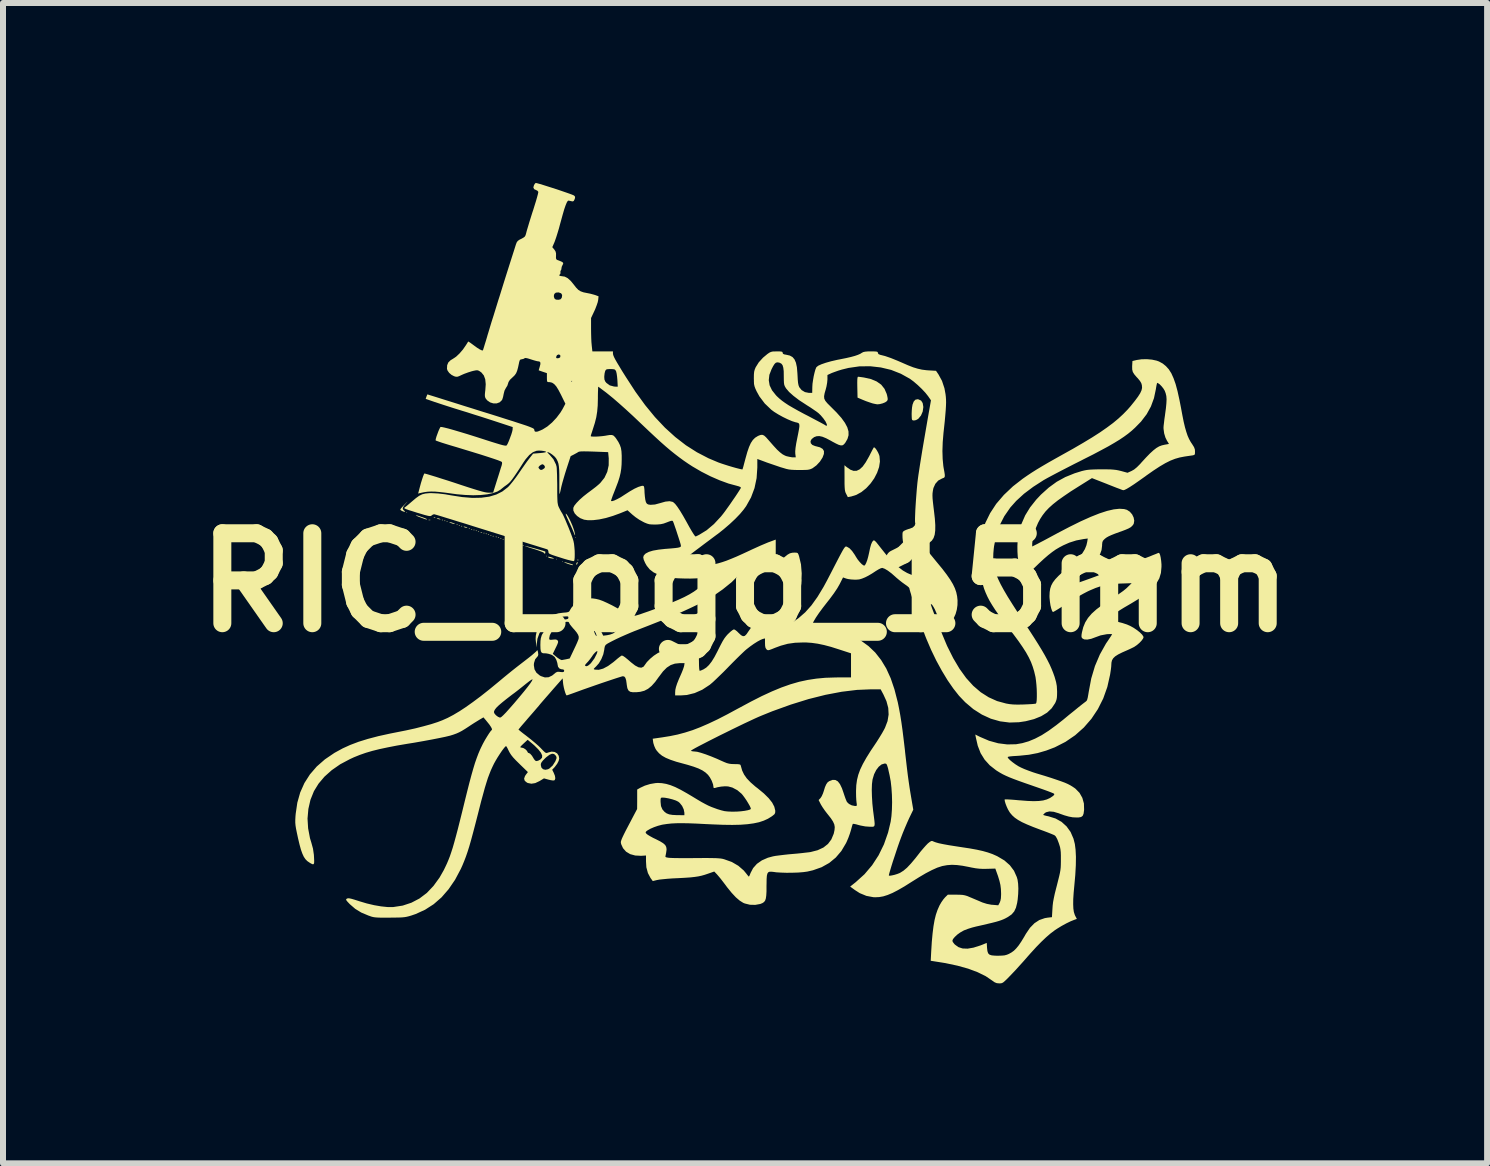
<source format=kicad_pcb>
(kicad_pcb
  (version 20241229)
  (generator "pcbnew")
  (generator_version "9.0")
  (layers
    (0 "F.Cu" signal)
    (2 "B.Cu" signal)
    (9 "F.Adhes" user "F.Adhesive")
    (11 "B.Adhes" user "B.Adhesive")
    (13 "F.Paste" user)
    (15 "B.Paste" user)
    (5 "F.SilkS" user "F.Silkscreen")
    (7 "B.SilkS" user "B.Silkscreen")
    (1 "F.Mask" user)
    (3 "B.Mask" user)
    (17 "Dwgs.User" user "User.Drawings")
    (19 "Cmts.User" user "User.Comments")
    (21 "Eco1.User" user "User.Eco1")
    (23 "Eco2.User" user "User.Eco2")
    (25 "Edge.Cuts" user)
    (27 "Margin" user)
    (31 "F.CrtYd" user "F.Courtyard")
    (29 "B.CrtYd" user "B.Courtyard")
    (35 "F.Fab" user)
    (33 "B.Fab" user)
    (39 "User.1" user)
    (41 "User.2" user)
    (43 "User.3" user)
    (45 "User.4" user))
  (footprint "RIC_Logo_15mm"
    (layer "F.Cu")
    (at 9.371 6.662)
    (property "Reference" "RIC_Logo_15mm" (at 0 0 0) (layer "F.SilkS") (effects (font (size 1.5 1.5) (thickness 0.3))))
    (attr board_only exclude_from_pos_files exclude_from_bom)
    (fp_poly (pts (xy -5.633 -1.171) (xy -5.639 -1.165) (xy -5.646 -1.171) (xy -5.639 -1.178)) (stroke (width 0) (type solid)) (fill yes) (layer "F.SilkS"))
    (fp_poly (pts (xy -3.303 -0.442) (xy -3.309 -0.435) (xy -3.316 -0.442) (xy -3.309 -0.448)) (stroke (width 0) (type solid)) (fill yes) (layer "F.SilkS"))
    (fp_poly (pts (xy -3.137 -0.39) (xy -3.143 -0.384) (xy -3.149 -0.39) (xy -3.143 -0.397)) (stroke (width 0) (type solid)) (fill yes) (layer "F.SilkS"))
    (fp_poly (pts (xy -3.034 -0.352) (xy -3.041 -0.346) (xy -3.047 -0.352) (xy -3.041 -0.358)) (stroke (width 0) (type solid)) (fill yes) (layer "F.SilkS"))
    (fp_poly (pts (xy -2.817 -0.749) (xy -2.823 -0.743) (xy -2.829 -0.749) (xy -2.823 -0.755)) (stroke (width 0) (type solid)) (fill yes) (layer "F.SilkS"))
    (fp_poly (pts (xy -5.246 -1.045) (xy -5.244 -1.041) (xy -5.262 -1.039) (xy -5.28 -1.041) (xy -5.278 -1.045) (xy -5.252 -1.047)) (stroke (width 0) (type solid)) (fill yes) (layer "F.SilkS"))
    (fp_poly (pts (xy -5.163 -1.083) (xy -5.167 -1.077) (xy -5.18 -1.076) (xy -5.193 -1.08) (xy -5.187 -1.084) (xy -5.167 -1.086)) (stroke (width 0) (type solid)) (fill yes) (layer "F.SilkS"))
    (fp_poly (pts (xy -5.036 -1.046) (xy -5.037 -1.038) (xy -5.044 -1.037) (xy -5.055 -1.042) (xy -5.053 -1.046) (xy -5.037 -1.047)) (stroke (width 0) (type solid)) (fill yes) (layer "F.SilkS"))
    (fp_poly (pts (xy -4.997 -1.033) (xy -4.999 -1.025) (xy -5.006 -1.024) (xy -5.016 -1.029) (xy -5.014 -1.033) (xy -4.999 -1.034)) (stroke (width 0) (type solid)) (fill yes) (layer "F.SilkS"))
    (fp_poly (pts (xy -4.959 -1.02) (xy -4.961 -1.012) (xy -4.967 -1.011) (xy -4.978 -1.016) (xy -4.976 -1.02) (xy -4.961 -1.021)) (stroke (width 0) (type solid)) (fill yes) (layer "F.SilkS"))
    (fp_poly (pts (xy -4.792 -0.969) (xy -4.794 -0.961) (xy -4.801 -0.96) (xy -4.811 -0.965) (xy -4.809 -0.969) (xy -4.794 -0.97)) (stroke (width 0) (type solid)) (fill yes) (layer "F.SilkS"))
    (fp_poly (pts (xy -4.754 -0.956) (xy -4.756 -0.948) (xy -4.763 -0.947) (xy -4.773 -0.952) (xy -4.771 -0.956) (xy -4.756 -0.957)) (stroke (width 0) (type solid)) (fill yes) (layer "F.SilkS"))
    (fp_poly (pts (xy -4.716 -0.943) (xy -4.717 -0.936) (xy -4.724 -0.935) (xy -4.735 -0.939) (xy -4.733 -0.943) (xy -4.717 -0.945)) (stroke (width 0) (type solid)) (fill yes) (layer "F.SilkS"))
    (fp_poly (pts (xy -4.588 -0.905) (xy -4.589 -0.897) (xy -4.596 -0.896) (xy -4.607 -0.901) (xy -4.605 -0.905) (xy -4.589 -0.906)) (stroke (width 0) (type solid)) (fill yes) (layer "F.SilkS"))
    (fp_poly (pts (xy -4.549 -0.892) (xy -4.551 -0.884) (xy -4.558 -0.883) (xy -4.568 -0.888) (xy -4.566 -0.892) (xy -4.551 -0.893)) (stroke (width 0) (type solid)) (fill yes) (layer "F.SilkS"))
    (fp_poly (pts (xy -4.511 -0.879) (xy -4.512 -0.871) (xy -4.519 -0.871) (xy -4.53 -0.875) (xy -4.528 -0.879) (xy -4.513 -0.881)) (stroke (width 0) (type solid)) (fill yes) (layer "F.SilkS"))
    (fp_poly (pts (xy -4.472 -0.866) (xy -4.474 -0.859) (xy -4.481 -0.858) (xy -4.491 -0.862) (xy -4.489 -0.866) (xy -4.474 -0.868)) (stroke (width 0) (type solid)) (fill yes) (layer "F.SilkS"))
    (fp_poly (pts (xy -4.434 -0.853) (xy -4.436 -0.846) (xy -4.442 -0.845) (xy -4.453 -0.85) (xy -4.451 -0.853) (xy -4.436 -0.855)) (stroke (width 0) (type solid)) (fill yes) (layer "F.SilkS"))
    (fp_poly (pts (xy -4.382 -0.84) (xy -4.386 -0.834) (xy -4.399 -0.833) (xy -4.412 -0.836) (xy -4.406 -0.841) (xy -4.386 -0.842)) (stroke (width 0) (type solid)) (fill yes) (layer "F.SilkS"))
    (fp_poly (pts (xy -4.344 -0.828) (xy -4.346 -0.82) (xy -4.353 -0.819) (xy -4.363 -0.824) (xy -4.361 -0.828) (xy -4.346 -0.829)) (stroke (width 0) (type solid)) (fill yes) (layer "F.SilkS"))
    (fp_poly (pts (xy -4.306 -0.815) (xy -4.308 -0.807) (xy -4.314 -0.807) (xy -4.325 -0.811) (xy -4.323 -0.815) (xy -4.308 -0.817)) (stroke (width 0) (type solid)) (fill yes) (layer "F.SilkS"))
    (fp_poly (pts (xy -4.267 -0.802) (xy -4.269 -0.795) (xy -4.276 -0.794) (xy -4.287 -0.798) (xy -4.285 -0.802) (xy -4.269 -0.804)) (stroke (width 0) (type solid)) (fill yes) (layer "F.SilkS"))
    (fp_poly (pts (xy -4.229 -0.789) (xy -4.231 -0.782) (xy -4.238 -0.781) (xy -4.248 -0.786) (xy -4.246 -0.789) (xy -4.231 -0.791)) (stroke (width 0) (type solid)) (fill yes) (layer "F.SilkS"))
    (fp_poly (pts (xy -4.191 -0.777) (xy -4.192 -0.769) (xy -4.199 -0.768) (xy -4.21 -0.773) (xy -4.208 -0.777) (xy -4.193 -0.778)) (stroke (width 0) (type solid)) (fill yes) (layer "F.SilkS"))
    (fp_poly (pts (xy -4.139 -0.764) (xy -4.141 -0.756) (xy -4.148 -0.755) (xy -4.159 -0.76) (xy -4.157 -0.764) (xy -4.141 -0.765)) (stroke (width 0) (type solid)) (fill yes) (layer "F.SilkS"))
    (fp_poly (pts (xy -4.101 -0.751) (xy -4.103 -0.743) (xy -4.11 -0.743) (xy -4.12 -0.747) (xy -4.118 -0.751) (xy -4.103 -0.753)) (stroke (width 0) (type solid)) (fill yes) (layer "F.SilkS"))
    (fp_poly (pts (xy -4.063 -0.738) (xy -4.064 -0.731) (xy -4.071 -0.73) (xy -4.082 -0.734) (xy -4.08 -0.738) (xy -4.065 -0.74)) (stroke (width 0) (type solid)) (fill yes) (layer "F.SilkS"))
    (fp_poly (pts (xy -4.024 -0.725) (xy -4.026 -0.718) (xy -4.033 -0.717) (xy -4.043 -0.722) (xy -4.041 -0.725) (xy -4.026 -0.727)) (stroke (width 0) (type solid)) (fill yes) (layer "F.SilkS"))
    (fp_poly (pts (xy -3.986 -0.713) (xy -3.988 -0.705) (xy -3.994 -0.704) (xy -4.005 -0.709) (xy -4.003 -0.713) (xy -3.988 -0.714)) (stroke (width 0) (type solid)) (fill yes) (layer "F.SilkS"))
    (fp_poly (pts (xy -3.934 -0.699) (xy -3.938 -0.693) (xy -3.951 -0.692) (xy -3.964 -0.695) (xy -3.958 -0.7) (xy -3.938 -0.702)) (stroke (width 0) (type solid)) (fill yes) (layer "F.SilkS"))
    (fp_poly (pts (xy -3.896 -0.687) (xy -3.898 -0.679) (xy -3.905 -0.679) (xy -3.915 -0.683) (xy -3.913 -0.687) (xy -3.898 -0.689)) (stroke (width 0) (type solid)) (fill yes) (layer "F.SilkS"))
    (fp_poly (pts (xy -3.858 -0.674) (xy -3.86 -0.667) (xy -3.866 -0.666) (xy -3.877 -0.67) (xy -3.875 -0.674) (xy -3.86 -0.676)) (stroke (width 0) (type solid)) (fill yes) (layer "F.SilkS"))
    (fp_poly (pts (xy -3.819 -0.661) (xy -3.821 -0.654) (xy -3.828 -0.653) (xy -3.838 -0.658) (xy -3.836 -0.661) (xy -3.821 -0.663)) (stroke (width 0) (type solid)) (fill yes) (layer "F.SilkS"))
    (fp_poly (pts (xy -3.691 -0.623) (xy -3.693 -0.615) (xy -3.7 -0.615) (xy -3.71 -0.619) (xy -3.708 -0.623) (xy -3.693 -0.625)) (stroke (width 0) (type solid)) (fill yes) (layer "F.SilkS"))
    (fp_poly (pts (xy -2.782 -0.386) (xy -2.781 -0.366) (xy -2.783 -0.362) (xy -2.789 -0.366) (xy -2.79 -0.379) (xy -2.787 -0.392)) (stroke (width 0) (type solid)) (fill yes) (layer "F.SilkS"))
    (fp_poly (pts (xy -5.106 -1.069) (xy -5.089 -1.063) (xy -5.075 -1.054) (xy -5.083 -1.052) (xy -5.11 -1.057) (xy -5.127 -1.063) (xy -5.141 -1.071) (xy -5.134 -1.074)) (stroke (width 0) (type solid)) (fill yes) (layer "F.SilkS"))
    (fp_poly (pts (xy -4.658 -0.928) (xy -4.641 -0.922) (xy -4.627 -0.913) (xy -4.634 -0.911) (xy -4.662 -0.916) (xy -4.679 -0.922) (xy -4.693 -0.93) (xy -4.686 -0.933)) (stroke (width 0) (type solid)) (fill yes) (layer "F.SilkS"))
    (fp_poly (pts (xy -3.762 -0.646) (xy -3.745 -0.64) (xy -3.731 -0.632) (xy -3.738 -0.629) (xy -3.766 -0.634) (xy -3.783 -0.64) (xy -3.797 -0.649) (xy -3.79 -0.651)) (stroke (width 0) (type solid)) (fill yes) (layer "F.SilkS"))
    (fp_poly (pts (xy -2.791 -0.333) (xy -2.791 -0.33) (xy -2.798 -0.307) (xy -2.804 -0.301) (xy -2.815 -0.3) (xy -2.816 -0.303) (xy -2.81 -0.322) (xy -2.804 -0.333) (xy -2.794 -0.345)) (stroke (width 0) (type solid)) (fill yes) (layer "F.SilkS"))
    (fp_poly (pts (xy -3.241 -0.424) (xy -3.219 -0.417) (xy -3.191 -0.406) (xy -3.185 -0.4) (xy -3.2 -0.399) (xy -3.201 -0.399) (xy -3.238 -0.404) (xy -3.265 -0.412) (xy -3.285 -0.423) (xy -3.286 -0.429) (xy -3.269 -0.43)) (stroke (width 0) (type solid)) (fill yes) (layer "F.SilkS"))
    (fp_poly (pts (xy -4.905 -1.005) (xy -4.87 -0.994) (xy -4.865 -0.992) (xy -4.841 -0.981) (xy -4.836 -0.975) (xy -4.839 -0.975) (xy -4.864 -0.979) (xy -4.898 -0.99) (xy -4.903 -0.992) (xy -4.927 -1.003) (xy -4.932 -1.009) (xy -4.929 -1.009)) (stroke (width 0) (type solid)) (fill yes) (layer "F.SilkS"))
    (fp_poly (pts (xy -2.984 -0.335) (xy -2.944 -0.323) (xy -2.9 -0.31) (xy -2.876 -0.301) (xy -2.867 -0.295) (xy -2.868 -0.29) (xy -2.869 -0.29) (xy -2.883 -0.291) (xy -2.914 -0.299) (xy -2.949 -0.31) (xy -2.994 -0.327) (xy -3.015 -0.337) (xy -3.012 -0.34)) (stroke (width 0) (type solid)) (fill yes) (layer "F.SilkS"))
    (fp_poly (pts (xy -5.475 -1.12) (xy -5.445 -1.112) (xy -5.406 -1.098) (xy -5.365 -1.084) (xy -5.329 -1.07) (xy -5.306 -1.059) (xy -5.302 -1.056) (xy -5.304 -1.051) (xy -5.322 -1.054) (xy -5.339 -1.059) (xy -5.361 -1.067) (xy -5.398 -1.081) (xy -5.426 -1.091) (xy -5.462 -1.106) (xy -5.484 -1.117) (xy -5.488 -1.122)) (stroke (width 0) (type solid)) (fill yes) (layer "F.SilkS"))
    (fp_poly (pts (xy -5.632 -1.343) (xy -5.649 -1.324) (xy -5.686 -1.28) (xy -5.705 -1.248) (xy -5.706 -1.225) (xy -5.692 -1.206) (xy -5.681 -1.198) (xy -5.667 -1.184) (xy -5.672 -1.179) (xy -5.694 -1.183) (xy -5.719 -1.193) (xy -5.741 -1.207) (xy -5.748 -1.217) (xy -5.74 -1.23) (xy -5.718 -1.256) (xy -5.685 -1.291) (xy -5.668 -1.309) (xy -5.64 -1.338) (xy -5.628 -1.349)) (stroke (width 0) (type solid)) (fill yes) (layer "F.SilkS"))
    (fp_poly (pts (xy -2.982 -1.145) (xy -2.96 -1.117) (xy -2.934 -1.071) (xy -2.906 -1.014) (xy -2.879 -0.952) (xy -2.857 -0.891) (xy -2.849 -0.866) (xy -2.838 -0.822) (xy -2.833 -0.794) (xy -2.835 -0.787) (xy -2.843 -0.8) (xy -2.854 -0.829) (xy -2.866 -0.859) (xy -2.886 -0.906) (xy -2.912 -0.963) (xy -2.94 -1.023) (xy -2.968 -1.085) (xy -2.985 -1.126) (xy -2.99 -1.146) (xy -2.985 -1.147)) (stroke (width 0) (type solid)) (fill yes) (layer "F.SilkS"))
    (fp_poly (pts (xy -3.657 -0.609) (xy -3.625 -0.601) (xy -3.58 -0.589) (xy -3.526 -0.575) (xy -3.47 -0.559) (xy -3.417 -0.544) (xy -3.372 -0.531) (xy -3.342 -0.521) (xy -3.331 -0.517) (xy -3.329 -0.504) (xy -3.331 -0.491) (xy -3.336 -0.475) (xy -3.343 -0.484) (xy -3.344 -0.487) (xy -3.359 -0.5) (xy -3.397 -0.517) (xy -3.455 -0.538) (xy -3.513 -0.557) (xy -3.572 -0.575) (xy -3.621 -0.591) (xy -3.655 -0.604) (xy -3.669 -0.61) (xy -3.67 -0.611)) (stroke (width 0) (type solid)) (fill yes) (layer "F.SilkS"))
    (fp_poly (pts (xy 2.893 -3.053) (xy 2.936 -3.033) (xy 2.962 -2.992) (xy 2.972 -2.932) (xy 2.972 -2.92) (xy 2.962 -2.85) (xy 2.934 -2.785) (xy 2.892 -2.734) (xy 2.886 -2.728) (xy 2.85 -2.708) (xy 2.814 -2.701) (xy 2.788 -2.708) (xy 2.787 -2.71) (xy 2.781 -2.728) (xy 2.779 -2.765) (xy 2.778 -2.813) (xy 2.78 -2.865) (xy 2.784 -2.916) (xy 2.791 -2.956) (xy 2.792 -2.964) (xy 2.812 -3.017) (xy 2.84 -3.048) (xy 2.877 -3.056)) (stroke (width 0) (type solid)) (fill yes) (layer "F.SilkS"))
    (fp_poly (pts (xy 1.905 -3.429) (xy 1.943 -3.424) (xy 1.984 -3.418) (xy 2.1 -3.392) (xy 2.195 -3.352) (xy 2.27 -3.299) (xy 2.325 -3.23) (xy 2.362 -3.145) (xy 2.37 -3.114) (xy 2.378 -3.073) (xy 2.378 -3.048) (xy 2.37 -3.031) (xy 2.363 -3.023) (xy 2.336 -3.004) (xy 2.294 -2.987) (xy 2.247 -2.975) (xy 2.206 -2.971) (xy 2.206 -2.971) (xy 2.181 -2.975) (xy 2.142 -2.983) (xy 2.119 -2.989) (xy 2.074 -3.004) (xy 2.017 -3.024) (xy 1.965 -3.045) (xy 1.876 -3.083) (xy 1.872 -3.257) (xy 1.871 -3.33) (xy 1.872 -3.381) (xy 1.875 -3.413) (xy 1.88 -3.428) (xy 1.885 -3.431)) (stroke (width 0) (type solid)) (fill yes) (layer "F.SilkS"))
    (fp_poly (pts (xy 2.16 -2.251) (xy 2.179 -2.231) (xy 2.2 -2.2) (xy 2.221 -2.162) (xy 2.237 -2.123) (xy 2.242 -2.105) (xy 2.249 -2.017) (xy 2.235 -1.925) (xy 2.202 -1.83) (xy 2.154 -1.737) (xy 2.092 -1.65) (xy 2.02 -1.572) (xy 1.94 -1.508) (xy 1.855 -1.461) (xy 1.772 -1.435) (xy 1.714 -1.424) (xy 1.687 -1.477) (xy 1.676 -1.499) (xy 1.669 -1.522) (xy 1.664 -1.551) (xy 1.661 -1.591) (xy 1.659 -1.646) (xy 1.659 -1.72) (xy 1.659 -1.743) (xy 1.658 -1.956) (xy 1.696 -1.923) (xy 1.755 -1.882) (xy 1.809 -1.862) (xy 1.861 -1.863) (xy 1.911 -1.887) (xy 1.961 -1.933) (xy 2.012 -2.004) (xy 2.066 -2.099) (xy 2.073 -2.112) (xy 2.1 -2.166) (xy 2.123 -2.21) (xy 2.14 -2.241) (xy 2.147 -2.253)) (stroke (width 0) (type solid)) (fill yes) (layer "F.SilkS"))
    (fp_poly (pts (xy -3.488 -6.662) (xy -3.462 -6.656) (xy -3.418 -6.644) (xy -3.359 -6.626) (xy -3.29 -6.604) (xy -3.214 -6.58) (xy -3.136 -6.555) (xy -3.06 -6.529) (xy -2.99 -6.505) (xy -2.93 -6.484) (xy -2.884 -6.467) (xy -2.856 -6.455) (xy -2.85 -6.452) (xy -2.834 -6.433) (xy -2.834 -6.412) (xy -2.842 -6.388) (xy -2.856 -6.361) (xy -2.873 -6.354) (xy -2.892 -6.357) (xy -2.924 -6.364) (xy -2.944 -6.368) (xy -2.957 -6.36) (xy -2.973 -6.333) (xy -2.992 -6.287) (xy -3.015 -6.22) (xy -3.041 -6.13) (xy -3.072 -6.017) (xy -3.081 -5.985) (xy -3.102 -5.906) (xy -3.125 -5.829) (xy -3.147 -5.759) (xy -3.166 -5.704) (xy -3.175 -5.679) (xy -3.213 -5.591) (xy -3.18 -5.552) (xy -3.16 -5.522) (xy -3.151 -5.49) (xy -3.151 -5.45) (xy -3.152 -5.411) (xy -3.147 -5.39) (xy -3.131 -5.378) (xy -3.105 -5.369) (xy -3.059 -5.35) (xy -3.035 -5.334) (xy -3.031 -5.316) (xy -3.041 -5.296) (xy -3.056 -5.264) (xy -3.06 -5.24) (xy -3.064 -5.215) (xy -3.071 -5.205) (xy -3.078 -5.188) (xy -3.077 -5.174) (xy -3.078 -5.15) (xy -3.084 -5.141) (xy -3.098 -5.125) (xy -3.089 -5.113) (xy -3.06 -5.108) (xy -3.059 -5.108) (xy -3.006 -5.1) (xy -2.956 -5.074) (xy -2.905 -5.028) (xy -2.859 -4.972) (xy -2.816 -4.917) (xy -2.779 -4.879) (xy -2.74 -4.855) (xy -2.692 -4.838) (xy -2.637 -4.827) (xy -2.582 -4.816) (xy -2.529 -4.802) (xy -2.498 -4.793) (xy -2.442 -4.772) (xy -2.448 -4.712) (xy -2.456 -4.673) (xy -2.474 -4.62) (xy -2.497 -4.56) (xy -2.51 -4.531) (xy -2.567 -4.41) (xy -2.567 -4.231) (xy -2.566 -4.155) (xy -2.564 -4.078) (xy -2.561 -4.009) (xy -2.556 -3.956) (xy -2.556 -3.953) (xy -2.545 -3.854) (xy -2.374 -3.854) (xy -2.202 -3.854) (xy -2.202 -3.82) (xy -2.2 -3.804) (xy -2.194 -3.783) (xy -2.182 -3.755) (xy -2.163 -3.718) (xy -2.135 -3.669) (xy -2.097 -3.606) (xy -2.049 -3.526) (xy -1.988 -3.429) (xy -1.827 -3.181) (xy -1.666 -2.959) (xy -1.502 -2.759) (xy -1.335 -2.582) (xy -1.163 -2.426) (xy -0.986 -2.289) (xy -0.802 -2.172) (xy -0.61 -2.072) (xy -0.444 -2.002) (xy -0.396 -1.985) (xy -0.338 -1.966) (xy -0.275 -1.946) (xy -0.211 -1.927) (xy -0.151 -1.91) (xy -0.1 -1.897) (xy -0.062 -1.888) (xy -0.043 -1.886) (xy -0.042 -1.887) (xy -0.038 -1.9) (xy -0.028 -1.933) (xy -0.015 -1.983) (xy 0.001 -2.043) (xy 0.008 -2.069) (xy 0.038 -2.176) (xy 0.067 -2.26) (xy 0.097 -2.326) (xy 0.13 -2.376) (xy 0.168 -2.414) (xy 0.213 -2.442) (xy 0.235 -2.452) (xy 0.266 -2.462) (xy 0.292 -2.462) (xy 0.319 -2.45) (xy 0.35 -2.422) (xy 0.39 -2.377) (xy 0.405 -2.36) (xy 0.476 -2.279) (xy 0.534 -2.216) (xy 0.584 -2.17) (xy 0.627 -2.137) (xy 0.667 -2.116) (xy 0.69 -2.107) (xy 0.738 -2.096) (xy 0.783 -2.088) (xy 0.803 -2.087) (xy 0.846 -2.087) (xy 0.838 -2.148) (xy 0.837 -2.188) (xy 0.842 -2.245) (xy 0.854 -2.322) (xy 0.87 -2.403) (xy 0.887 -2.488) (xy 0.899 -2.552) (xy 0.906 -2.597) (xy 0.906 -2.628) (xy 0.901 -2.647) (xy 0.889 -2.659) (xy 0.87 -2.666) (xy 0.844 -2.672) (xy 0.842 -2.672) (xy 0.783 -2.691) (xy 0.71 -2.722) (xy 0.632 -2.76) (xy 0.554 -2.803) (xy 0.485 -2.846) (xy 0.439 -2.88) (xy 0.329 -2.985) (xy 0.24 -3.103) (xy 0.193 -3.188) (xy 0.171 -3.236) (xy 0.158 -3.273) (xy 0.15 -3.31) (xy 0.148 -3.356) (xy 0.148 -3.374) (xy 0.396 -3.374) (xy 0.41 -3.288) (xy 0.45 -3.205) (xy 0.515 -3.123) (xy 0.531 -3.106) (xy 0.572 -3.068) (xy 0.617 -3.031) (xy 0.667 -2.995) (xy 0.726 -2.956) (xy 0.798 -2.914) (xy 0.885 -2.865) (xy 0.991 -2.808) (xy 1.05 -2.778) (xy 1.127 -2.737) (xy 1.197 -2.7) (xy 1.256 -2.669) (xy 1.302 -2.644) (xy 1.33 -2.628) (xy 1.337 -2.623) (xy 1.357 -2.612) (xy 1.366 -2.622) (xy 1.363 -2.64) (xy 1.342 -2.685) (xy 1.306 -2.736) (xy 1.263 -2.787) (xy 1.226 -2.823) (xy 1.195 -2.847) (xy 1.147 -2.88) (xy 1.09 -2.919) (xy 1.028 -2.958) (xy 1.013 -2.968) (xy 0.901 -3.041) (xy 0.808 -3.112) (xy 0.735 -3.177) (xy 0.684 -3.237) (xy 0.676 -3.25) (xy 0.663 -3.273) (xy 0.654 -3.297) (xy 0.649 -3.329) (xy 0.647 -3.374) (xy 0.646 -3.438) (xy 0.646 -3.445) (xy 0.645 -3.524) (xy 0.638 -3.582) (xy 0.626 -3.623) (xy 0.607 -3.648) (xy 0.58 -3.663) (xy 0.563 -3.668) (xy 0.536 -3.671) (xy 0.513 -3.664) (xy 0.492 -3.644) (xy 0.469 -3.608) (xy 0.442 -3.556) (xy 0.406 -3.463) (xy 0.396 -3.374) (xy 0.148 -3.374) (xy 0.147 -3.405) (xy 0.148 -3.468) (xy 0.152 -3.513) (xy 0.161 -3.548) (xy 0.175 -3.583) (xy 0.179 -3.591) (xy 0.229 -3.671) (xy 0.3 -3.749) (xy 0.372 -3.809) (xy 0.405 -3.832) (xy 0.433 -3.845) (xy 0.464 -3.852) (xy 0.509 -3.853) (xy 0.53 -3.854) (xy 0.58 -3.853) (xy 0.609 -3.85) (xy 0.623 -3.844) (xy 0.627 -3.833) (xy 0.627 -3.83) (xy 0.633 -3.814) (xy 0.653 -3.804) (xy 0.691 -3.797) (xy 0.747 -3.784) (xy 0.792 -3.759) (xy 0.825 -3.72) (xy 0.849 -3.664) (xy 0.865 -3.589) (xy 0.873 -3.492) (xy 0.875 -3.46) (xy 0.879 -3.384) (xy 0.884 -3.329) (xy 0.892 -3.289) (xy 0.903 -3.26) (xy 0.905 -3.256) (xy 0.944 -3.208) (xy 0.999 -3.175) (xy 1.064 -3.162) (xy 1.069 -3.162) (xy 1.12 -3.162) (xy 1.122 -3.262) (xy 1.125 -3.314) (xy 1.134 -3.375) (xy 1.145 -3.439) (xy 1.159 -3.5) (xy 1.173 -3.55) (xy 1.187 -3.585) (xy 1.192 -3.592) (xy 1.221 -3.615) (xy 1.274 -3.639) (xy 1.346 -3.664) (xy 1.435 -3.689) (xy 1.539 -3.713) (xy 1.581 -3.721) (xy 1.685 -3.742) (xy 1.768 -3.761) (xy 1.833 -3.779) (xy 1.882 -3.796) (xy 1.921 -3.813) (xy 1.948 -3.83) (xy 1.971 -3.842) (xy 2.002 -3.849) (xy 2.047 -3.853) (xy 2.098 -3.854) (xy 2.154 -3.853) (xy 2.188 -3.851) (xy 2.206 -3.846) (xy 2.214 -3.838) (xy 2.215 -3.829) (xy 2.224 -3.809) (xy 2.254 -3.796) (xy 2.256 -3.796) (xy 2.335 -3.776) (xy 2.431 -3.743) (xy 2.542 -3.698) (xy 2.614 -3.667) (xy 2.717 -3.622) (xy 2.804 -3.588) (xy 2.88 -3.565) (xy 2.951 -3.549) (xy 3.023 -3.54) (xy 3.061 -3.537) (xy 3.184 -3.53) (xy 3.225 -3.47) (xy 3.284 -3.362) (xy 3.325 -3.238) (xy 3.343 -3.139) (xy 3.348 -3.096) (xy 3.351 -3.051) (xy 3.352 -3.001) (xy 3.35 -2.943) (xy 3.346 -2.874) (xy 3.339 -2.791) (xy 3.33 -2.69) (xy 3.317 -2.569) (xy 3.309 -2.496) (xy 3.296 -2.341) (xy 3.291 -2.193) (xy 3.295 -2.06) (xy 3.306 -1.944) (xy 3.311 -1.912) (xy 3.323 -1.847) (xy 3.33 -1.802) (xy 3.331 -1.773) (xy 3.326 -1.756) (xy 3.314 -1.746) (xy 3.294 -1.738) (xy 3.284 -1.734) (xy 3.221 -1.7) (xy 3.173 -1.646) (xy 3.142 -1.578) (xy 3.138 -1.563) (xy 3.131 -1.524) (xy 3.126 -1.487) (xy 3.125 -1.447) (xy 3.127 -1.399) (xy 3.133 -1.338) (xy 3.142 -1.26) (xy 3.15 -1.195) (xy 3.165 -1.064) (xy 3.172 -0.956) (xy 3.171 -0.867) (xy 3.162 -0.797) (xy 3.143 -0.741) (xy 3.115 -0.699) (xy 3.078 -0.667) (xy 3.062 -0.658) (xy 3.027 -0.64) (xy 3 -0.627) (xy 2.994 -0.625) (xy 2.988 -0.619) (xy 2.99 -0.608) (xy 3 -0.59) (xy 3.02 -0.561) (xy 3.051 -0.52) (xy 3.095 -0.465) (xy 3.153 -0.394) (xy 3.198 -0.339) (xy 3.289 -0.229) (xy 3.362 -0.133) (xy 3.421 -0.048) (xy 3.466 0.027) (xy 3.499 0.096) (xy 3.522 0.163) (xy 3.536 0.229) (xy 3.543 0.296) (xy 3.542 0.375) (xy 3.531 0.452) (xy 3.511 0.524) (xy 3.484 0.584) (xy 3.451 0.629) (xy 3.415 0.655) (xy 3.406 0.657) (xy 3.342 0.66) (xy 3.288 0.64) (xy 3.24 0.597) (xy 3.2 0.53) (xy 3.182 0.488) (xy 3.164 0.446) (xy 3.143 0.408) (xy 3.124 0.378) (xy 3.108 0.361) (xy 3.099 0.361) (xy 3.098 0.367) (xy 3.103 0.384) (xy 3.116 0.422) (xy 3.136 0.476) (xy 3.161 0.542) (xy 3.19 0.618) (xy 3.222 0.699) (xy 3.255 0.781) (xy 3.287 0.861) (xy 3.318 0.935) (xy 3.345 1) (xy 3.367 1.052) (xy 3.37 1.059) (xy 3.471 1.261) (xy 3.576 1.438) (xy 3.687 1.592) (xy 3.805 1.722) (xy 3.93 1.829) (xy 4.062 1.913) (xy 4.202 1.976) (xy 4.352 2.017) (xy 4.352 2.017) (xy 4.41 2.027) (xy 4.469 2.033) (xy 4.539 2.035) (xy 4.624 2.034) (xy 4.648 2.033) (xy 4.715 2.03) (xy 4.774 2.027) (xy 4.819 2.023) (xy 4.846 2.019) (xy 4.85 2.018) (xy 4.858 2) (xy 4.863 1.962) (xy 4.865 1.908) (xy 4.865 1.844) (xy 4.863 1.774) (xy 4.858 1.703) (xy 4.851 1.636) (xy 4.843 1.577) (xy 4.841 1.568) (xy 4.821 1.483) (xy 4.797 1.404) (xy 4.768 1.326) (xy 4.731 1.248) (xy 4.685 1.165) (xy 4.628 1.076) (xy 4.559 0.976) (xy 4.476 0.864) (xy 4.398 0.762) (xy 4.308 0.645) (xy 4.234 0.545) (xy 4.172 0.457) (xy 4.121 0.378) (xy 4.078 0.306) (xy 4.042 0.237) (xy 4.011 0.168) (xy 3.986 0.104) (xy 3.937 -0.058) (xy 3.908 -0.232) (xy 3.899 -0.412) (xy 3.91 -0.594) (xy 3.939 -0.773) (xy 3.988 -0.944) (xy 4.007 -0.995) (xy 4.086 -1.156) (xy 4.188 -1.312) (xy 4.316 -1.461) (xy 4.467 -1.604) (xy 4.629 -1.73) (xy 4.701 -1.78) (xy 4.776 -1.83) (xy 4.858 -1.882) (xy 4.951 -1.938) (xy 5.057 -2) (xy 5.181 -2.07) (xy 5.281 -2.126) (xy 5.471 -2.232) (xy 5.639 -2.33) (xy 5.788 -2.42) (xy 5.919 -2.504) (xy 6.034 -2.584) (xy 6.136 -2.66) (xy 6.225 -2.734) (xy 6.305 -2.808) (xy 6.377 -2.882) (xy 6.428 -2.94) (xy 6.498 -3.027) (xy 6.551 -3.098) (xy 6.588 -3.156) (xy 6.61 -3.204) (xy 6.619 -3.244) (xy 6.619 -3.252) (xy 6.616 -3.291) (xy 6.606 -3.325) (xy 6.585 -3.36) (xy 6.55 -3.403) (xy 6.528 -3.426) (xy 6.489 -3.472) (xy 6.465 -3.511) (xy 6.455 -3.552) (xy 6.454 -3.605) (xy 6.455 -3.624) (xy 6.459 -3.693) (xy 6.529 -3.71) (xy 6.61 -3.722) (xy 6.698 -3.724) (xy 6.786 -3.716) (xy 6.864 -3.699) (xy 6.902 -3.685) (xy 6.964 -3.651) (xy 7.017 -3.608) (xy 7.065 -3.555) (xy 7.107 -3.489) (xy 7.144 -3.407) (xy 7.179 -3.308) (xy 7.211 -3.189) (xy 7.242 -3.048) (xy 7.266 -2.926) (xy 7.291 -2.792) (xy 7.313 -2.681) (xy 7.335 -2.588) (xy 7.357 -2.512) (xy 7.379 -2.447) (xy 7.403 -2.393) (xy 7.43 -2.344) (xy 7.458 -2.302) (xy 7.486 -2.257) (xy 7.5 -2.218) (xy 7.502 -2.183) (xy 7.501 -2.148) (xy 7.494 -2.13) (xy 7.475 -2.123) (xy 7.461 -2.12) (xy 7.427 -2.115) (xy 7.378 -2.108) (xy 7.325 -2.1) (xy 7.325 -2.1) (xy 7.247 -2.085) (xy 7.17 -2.063) (xy 7.091 -2.032) (xy 7.007 -1.99) (xy 6.915 -1.936) (xy 6.811 -1.868) (xy 6.691 -1.784) (xy 6.677 -1.773) (xy 6.571 -1.698) (xy 6.485 -1.638) (xy 6.416 -1.593) (xy 6.364 -1.562) (xy 6.327 -1.544) (xy 6.305 -1.539) (xy 6.302 -1.54) (xy 6.283 -1.546) (xy 6.245 -1.561) (xy 6.191 -1.581) (xy 6.125 -1.607) (xy 6.051 -1.636) (xy 6.032 -1.644) (xy 5.784 -1.741) (xy 5.57 -1.607) (xy 5.432 -1.52) (xy 5.316 -1.441) (xy 5.217 -1.371) (xy 5.135 -1.306) (xy 5.066 -1.244) (xy 5.009 -1.184) (xy 4.961 -1.122) (xy 4.92 -1.059) (xy 4.885 -0.994) (xy 4.847 -0.904) (xy 4.816 -0.812) (xy 4.796 -0.725) (xy 4.788 -0.651) (xy 4.788 -0.647) (xy 4.788 -0.601) (xy 4.88 -0.647) (xy 4.919 -0.668) (xy 4.977 -0.698) (xy 5.046 -0.735) (xy 5.122 -0.776) (xy 5.2 -0.818) (xy 5.209 -0.823) (xy 5.412 -0.929) (xy 5.596 -1.02) (xy 5.761 -1.094) (xy 5.907 -1.152) (xy 6.036 -1.194) (xy 6.148 -1.22) (xy 6.242 -1.23) (xy 6.32 -1.225) (xy 6.367 -1.212) (xy 6.415 -1.181) (xy 6.454 -1.136) (xy 6.479 -1.084) (xy 6.489 -1.031) (xy 6.481 -0.982) (xy 6.473 -0.967) (xy 6.454 -0.943) (xy 6.43 -0.922) (xy 6.395 -0.902) (xy 6.347 -0.881) (xy 6.279 -0.855) (xy 6.247 -0.844) (xy 6.167 -0.815) (xy 6.107 -0.791) (xy 6.063 -0.771) (xy 6.029 -0.752) (xy 6.001 -0.731) (xy 5.988 -0.719) (xy 5.967 -0.696) (xy 5.957 -0.67) (xy 5.953 -0.631) (xy 5.953 -0.615) (xy 5.944 -0.542) (xy 5.918 -0.47) (xy 5.873 -0.398) (xy 5.806 -0.322) (xy 5.718 -0.242) (xy 5.665 -0.198) (xy 5.587 -0.134) (xy 5.53 -0.08) (xy 5.494 -0.036) (xy 5.48 -0.003) (xy 5.479 0.000445) (xy 5.482 0.021) (xy 5.485 0.026) (xy 5.5 0.021) (xy 5.537 0.009) (xy 5.593 -0.01) (xy 5.664 -0.035) (xy 5.748 -0.065) (xy 5.843 -0.1) (xy 5.945 -0.137) (xy 6.052 -0.176) (xy 6.161 -0.216) (xy 6.27 -0.256) (xy 6.375 -0.294) (xy 6.474 -0.331) (xy 6.564 -0.365) (xy 6.643 -0.395) (xy 6.707 -0.42) (xy 6.747 -0.435) (xy 6.802 -0.458) (xy 6.849 -0.476) (xy 6.882 -0.49) (xy 6.896 -0.495) (xy 6.908 -0.488) (xy 6.92 -0.46) (xy 6.93 -0.417) (xy 6.938 -0.362) (xy 6.943 -0.302) (xy 6.943 -0.262) (xy 6.934 -0.16) (xy 6.907 -0.07) (xy 6.858 0.016) (xy 6.832 0.052) (xy 6.794 0.096) (xy 6.749 0.139) (xy 6.693 0.184) (xy 6.624 0.233) (xy 6.538 0.288) (xy 6.434 0.351) (xy 6.391 0.376) (xy 6.317 0.419) (xy 6.246 0.463) (xy 6.183 0.504) (xy 6.131 0.538) (xy 6.1 0.561) (xy 6.025 0.621) (xy 6.088 0.631) (xy 6.198 0.651) (xy 6.289 0.674) (xy 6.366 0.699) (xy 6.421 0.723) (xy 6.479 0.755) (xy 6.535 0.793) (xy 6.584 0.832) (xy 6.621 0.869) (xy 6.641 0.9) (xy 6.644 0.913) (xy 6.635 0.936) (xy 6.61 0.97) (xy 6.577 1.005) (xy 6.534 1.042) (xy 6.487 1.074) (xy 6.426 1.104) (xy 6.38 1.125) (xy 6.289 1.165) (xy 6.221 1.199) (xy 6.171 1.231) (xy 6.138 1.263) (xy 6.118 1.297) (xy 6.109 1.335) (xy 6.107 1.368) (xy 6.105 1.403) (xy 6.099 1.453) (xy 6.09 1.512) (xy 6.086 1.537) (xy 6.04 1.742) (xy 5.972 1.933) (xy 5.883 2.11) (xy 5.775 2.272) (xy 5.649 2.417) (xy 5.504 2.546) (xy 5.343 2.656) (xy 5.165 2.747) (xy 5.023 2.801) (xy 4.879 2.843) (xy 4.733 2.871) (xy 4.578 2.887) (xy 4.535 2.89) (xy 4.468 2.894) (xy 4.417 2.899) (xy 4.387 2.905) (xy 4.378 2.91) (xy 4.389 2.931) (xy 4.417 2.96) (xy 4.458 2.994) (xy 4.507 3.03) (xy 4.559 3.063) (xy 4.602 3.085) (xy 4.658 3.11) (xy 4.728 3.137) (xy 4.803 3.164) (xy 4.859 3.182) (xy 4.992 3.222) (xy 5.103 3.257) (xy 5.195 3.288) (xy 5.27 3.314) (xy 5.332 3.337) (xy 5.382 3.359) (xy 5.424 3.381) (xy 5.46 3.403) (xy 5.494 3.426) (xy 5.51 3.438) (xy 5.577 3.507) (xy 5.624 3.59) (xy 5.65 3.684) (xy 5.653 3.786) (xy 5.652 3.799) (xy 5.644 3.855) (xy 5.629 3.89) (xy 5.603 3.909) (xy 5.56 3.917) (xy 5.527 3.917) (xy 5.463 3.914) (xy 5.398 3.902) (xy 5.324 3.881) (xy 5.234 3.849) (xy 5.233 3.848) (xy 5.146 3.822) (xy 5.075 3.816) (xy 5.019 3.83) (xy 5 3.842) (xy 4.979 3.862) (xy 4.971 3.874) (xy 4.972 3.875) (xy 4.986 3.88) (xy 5.019 3.889) (xy 5.061 3.898) (xy 5.177 3.934) (xy 5.277 3.99) (xy 5.361 4.066) (xy 5.428 4.159) (xy 5.476 4.27) (xy 5.499 4.36) (xy 5.511 4.455) (xy 5.517 4.573) (xy 5.515 4.714) (xy 5.506 4.875) (xy 5.491 5.042) (xy 5.479 5.171) (xy 5.472 5.278) (xy 5.471 5.364) (xy 5.474 5.435) (xy 5.482 5.491) (xy 5.496 5.536) (xy 5.504 5.555) (xy 5.532 5.608) (xy 5.493 5.622) (xy 5.43 5.647) (xy 5.356 5.683) (xy 5.279 5.725) (xy 5.207 5.769) (xy 5.166 5.796) (xy 5.093 5.851) (xy 5.02 5.914) (xy 4.942 5.988) (xy 4.856 6.076) (xy 4.761 6.18) (xy 4.707 6.241) (xy 4.645 6.312) (xy 4.579 6.385) (xy 4.515 6.456) (xy 4.457 6.517) (xy 4.412 6.564) (xy 4.364 6.613) (xy 4.329 6.646) (xy 4.304 6.667) (xy 4.283 6.678) (xy 4.263 6.682) (xy 4.238 6.683) (xy 4.238 6.683) (xy 4.197 6.679) (xy 4.162 6.665) (xy 4.122 6.637) (xy 4.013 6.563) (xy 3.879 6.497) (xy 3.722 6.438) (xy 3.543 6.388) (xy 3.341 6.345) (xy 3.248 6.33) (xy 3.096 6.306) (xy 3.104 6.152) (xy 3.114 5.99) (xy 3.127 5.85) (xy 3.142 5.73) (xy 3.16 5.627) (xy 3.182 5.538) (xy 3.209 5.459) (xy 3.24 5.389) (xy 3.245 5.379) (xy 3.274 5.329) (xy 3.307 5.282) (xy 3.336 5.248) (xy 3.336 5.248) (xy 3.381 5.204) (xy 3.518 5.204) (xy 3.581 5.205) (xy 3.628 5.208) (xy 3.666 5.215) (xy 3.706 5.227) (xy 3.755 5.248) (xy 3.77 5.254) (xy 3.831 5.28) (xy 3.893 5.306) (xy 3.946 5.329) (xy 3.961 5.335) (xy 4.031 5.357) (xy 4.109 5.372) (xy 4.129 5.373) (xy 4.222 5.381) (xy 4.246 5.337) (xy 4.258 5.305) (xy 4.266 5.264) (xy 4.269 5.206) (xy 4.269 5.179) (xy 4.266 5.109) (xy 4.258 5.043) (xy 4.242 4.974) (xy 4.218 4.895) (xy 4.198 4.839) (xy 4.173 4.769) (xy 4.036 4.773) (xy 3.967 4.774) (xy 3.907 4.771) (xy 3.846 4.764) (xy 3.774 4.751) (xy 3.732 4.742) (xy 3.627 4.722) (xy 3.534 4.71) (xy 3.449 4.706) (xy 3.368 4.712) (xy 3.287 4.727) (xy 3.204 4.754) (xy 3.115 4.794) (xy 3.015 4.846) (xy 2.903 4.912) (xy 2.778 4.99) (xy 2.656 5.067) (xy 2.55 5.128) (xy 2.459 5.175) (xy 2.378 5.209) (xy 2.305 5.232) (xy 2.237 5.244) (xy 2.172 5.247) (xy 2.14 5.246) (xy 2.023 5.224) (xy 1.912 5.178) (xy 1.831 5.126) (xy 1.753 5.069) (xy 1.846 4.995) (xy 1.992 4.863) (xy 2.119 4.713) (xy 2.227 4.547) (xy 2.316 4.365) (xy 2.385 4.168) (xy 2.428 3.988) (xy 2.441 3.895) (xy 2.449 3.785) (xy 2.452 3.664) (xy 2.449 3.54) (xy 2.441 3.421) (xy 2.429 3.314) (xy 2.422 3.277) (xy 2.41 3.212) (xy 2.396 3.151) (xy 2.385 3.1) (xy 2.377 3.073) (xy 2.365 3.037) (xy 2.352 3.021) (xy 2.333 3.017) (xy 2.325 3.018) (xy 2.276 3.033) (xy 2.229 3.071) (xy 2.187 3.126) (xy 2.152 3.196) (xy 2.128 3.276) (xy 2.125 3.289) (xy 2.116 3.363) (xy 2.113 3.457) (xy 2.116 3.567) (xy 2.123 3.685) (xy 2.136 3.809) (xy 2.138 3.822) (xy 2.149 3.907) (xy 2.157 3.971) (xy 2.161 4.016) (xy 2.16 4.045) (xy 2.153 4.062) (xy 2.14 4.07) (xy 2.119 4.072) (xy 2.09 4.071) (xy 2.077 4.071) (xy 2.005 4.066) (xy 1.926 4.051) (xy 1.898 4.044) (xy 1.852 4.031) (xy 1.817 4.024) (xy 1.799 4.023) (xy 1.798 4.023) (xy 1.791 4.038) (xy 1.781 4.072) (xy 1.769 4.117) (xy 1.765 4.131) (xy 1.747 4.189) (xy 1.722 4.258) (xy 1.693 4.326) (xy 1.682 4.348) (xy 1.606 4.476) (xy 1.513 4.585) (xy 1.404 4.675) (xy 1.277 4.746) (xy 1.133 4.797) (xy 1.038 4.819) (xy 0.971 4.828) (xy 0.886 4.835) (xy 0.791 4.838) (xy 0.694 4.839) (xy 0.601 4.836) (xy 0.52 4.831) (xy 0.486 4.826) (xy 0.443 4.821) (xy 0.41 4.821) (xy 0.387 4.831) (xy 0.373 4.852) (xy 0.364 4.889) (xy 0.36 4.944) (xy 0.359 5.02) (xy 0.358 5.06) (xy 0.358 5.15) (xy 0.354 5.218) (xy 0.347 5.267) (xy 0.335 5.303) (xy 0.316 5.327) (xy 0.289 5.345) (xy 0.254 5.359) (xy 0.171 5.374) (xy 0.082 5.372) (xy -0.003 5.351) (xy -0.03 5.34) (xy -0.089 5.303) (xy -0.153 5.248) (xy -0.223 5.173) (xy -0.301 5.077) (xy -0.325 5.044) (xy -0.367 4.989) (xy -0.408 4.936) (xy -0.444 4.893) (xy -0.469 4.864) (xy -0.469 4.864) (xy -0.513 4.818) (xy -0.614 4.853) (xy -0.67 4.872) (xy -0.723 4.887) (xy -0.778 4.899) (xy -0.839 4.908) (xy -0.91 4.916) (xy -0.997 4.922) (xy -1.105 4.928) (xy -1.128 4.929) (xy -1.212 4.933) (xy -1.294 4.939) (xy -1.366 4.946) (xy -1.424 4.952) (xy -1.462 4.959) (xy -1.464 4.959) (xy -1.538 4.977) (xy -1.576 4.925) (xy -1.619 4.844) (xy -1.645 4.747) (xy -1.651 4.648) (xy -1.651 4.551) (xy -1.734 4.556) (xy -1.831 4.551) (xy -1.915 4.528) (xy -1.983 4.487) (xy -2.034 4.429) (xy -2.063 4.366) (xy -2.067 4.351) (xy -2.07 4.337) (xy -2.07 4.322) (xy -2.065 4.303) (xy -2.056 4.277) (xy -2.041 4.243) (xy -2.019 4.197) (xy -2.001 4.161) (xy -1.657 4.161) (xy -1.654 4.175) (xy -1.642 4.19) (xy -1.621 4.206) (xy -1.583 4.229) (xy -1.534 4.256) (xy -1.49 4.277) (xy -1.417 4.314) (xy -1.365 4.346) (xy -1.331 4.376) (xy -1.314 4.408) (xy -1.308 4.445) (xy -1.31 4.468) (xy -1.316 4.51) (xy -1.323 4.545) (xy -1.325 4.553) (xy -1.328 4.57) (xy -1.318 4.58) (xy -1.291 4.586) (xy -1.272 4.589) (xy -1.243 4.591) (xy -1.193 4.593) (xy -1.125 4.594) (xy -1.043 4.595) (xy -0.95 4.595) (xy -0.85 4.594) (xy -0.819 4.594) (xy -0.706 4.593) (xy -0.614 4.593) (xy -0.542 4.594) (xy -0.485 4.595) (xy -0.441 4.598) (xy -0.406 4.601) (xy -0.376 4.606) (xy -0.35 4.613) (xy -0.346 4.614) (xy -0.22 4.659) (xy -0.112 4.722) (xy -0.022 4.8) (xy 0.017 4.847) (xy 0.041 4.878) (xy 0.058 4.898) (xy 0.064 4.903) (xy 0.072 4.892) (xy 0.084 4.864) (xy 0.093 4.841) (xy 0.135 4.761) (xy 0.198 4.69) (xy 0.281 4.632) (xy 0.381 4.588) (xy 0.467 4.565) (xy 0.51 4.557) (xy 0.573 4.549) (xy 0.647 4.54) (xy 0.729 4.531) (xy 0.787 4.526) (xy 0.868 4.519) (xy 0.945 4.511) (xy 1.013 4.503) (xy 1.067 4.497) (xy 1.093 4.493) (xy 1.21 4.463) (xy 1.307 4.418) (xy 1.383 4.358) (xy 1.439 4.283) (xy 1.477 4.192) (xy 1.48 4.183) (xy 1.492 4.126) (xy 1.496 4.077) (xy 1.488 4.032) (xy 1.467 3.985) (xy 1.432 3.931) (xy 1.38 3.865) (xy 1.37 3.853) (xy 1.331 3.802) (xy 1.295 3.75) (xy 1.267 3.705) (xy 1.26 3.692) (xy 1.227 3.626) (xy 1.259 3.593) (xy 1.279 3.562) (xy 1.299 3.517) (xy 1.312 3.479) (xy 1.333 3.411) (xy 1.354 3.364) (xy 1.376 3.332) (xy 1.404 3.311) (xy 1.408 3.31) (xy 1.461 3.29) (xy 1.507 3.292) (xy 1.547 3.315) (xy 1.583 3.361) (xy 1.616 3.43) (xy 1.64 3.499) (xy 1.659 3.556) (xy 1.677 3.607) (xy 1.693 3.645) (xy 1.7 3.659) (xy 1.733 3.691) (xy 1.78 3.715) (xy 1.831 3.725) (xy 1.836 3.726) (xy 1.856 3.724) (xy 1.864 3.715) (xy 1.863 3.692) (xy 1.859 3.665) (xy 1.855 3.625) (xy 1.852 3.569) (xy 1.851 3.506) (xy 1.851 3.469) (xy 1.855 3.378) (xy 1.867 3.291) (xy 1.888 3.206) (xy 1.92 3.118) (xy 1.965 3.024) (xy 2.023 2.921) (xy 2.096 2.804) (xy 2.148 2.727) (xy 2.196 2.655) (xy 2.242 2.582) (xy 2.284 2.513) (xy 2.317 2.454) (xy 2.334 2.421) (xy 2.376 2.311) (xy 2.394 2.201) (xy 2.388 2.091) (xy 2.358 1.978) (xy 2.307 1.866) (xy 2.261 1.78) (xy 2.107 1.78) (xy 1.866 1.79) (xy 1.611 1.821) (xy 1.342 1.872) (xy 1.059 1.943) (xy 0.763 2.035) (xy 0.455 2.146) (xy 0.282 2.216) (xy 0.227 2.239) (xy 0.158 2.27) (xy 0.077 2.308) (xy -0.013 2.35) (xy -0.11 2.397) (xy -0.211 2.446) (xy -0.314 2.497) (xy -0.416 2.547) (xy -0.515 2.597) (xy -0.608 2.644) (xy -0.693 2.688) (xy -0.767 2.726) (xy -0.827 2.758) (xy -0.871 2.783) (xy -0.896 2.799) (xy -0.902 2.805) (xy -0.886 2.812) (xy -0.854 2.816) (xy -0.841 2.817) (xy -0.796 2.822) (xy -0.733 2.839) (xy -0.654 2.865) (xy -0.564 2.899) (xy -0.467 2.939) (xy -0.41 2.965) (xy -0.349 2.992) (xy -0.304 3.01) (xy -0.266 3.02) (xy -0.23 3.025) (xy -0.186 3.027) (xy -0.176 3.027) (xy -0.125 3.028) (xy -0.095 3.031) (xy -0.079 3.037) (xy -0.072 3.049) (xy -0.069 3.06) (xy -0.048 3.134) (xy -0.016 3.201) (xy 0.029 3.265) (xy 0.092 3.331) (xy 0.173 3.402) (xy 0.211 3.431) (xy 0.314 3.516) (xy 0.394 3.595) (xy 0.452 3.668) (xy 0.488 3.737) (xy 0.504 3.802) (xy 0.504 3.814) (xy 0.502 3.84) (xy 0.491 3.862) (xy 0.465 3.884) (xy 0.445 3.899) (xy 0.382 3.938) (xy 0.312 3.97) (xy 0.234 3.996) (xy 0.144 4.015) (xy 0.042 4.029) (xy -0.076 4.038) (xy -0.211 4.041) (xy -0.366 4.039) (xy -0.542 4.032) (xy -0.653 4.027) (xy -0.806 4.019) (xy -0.936 4.014) (xy -1.048 4.012) (xy -1.144 4.013) (xy -1.226 4.017) (xy -1.3 4.025) (xy -1.367 4.035) (xy -1.388 4.039) (xy -1.452 4.056) (xy -1.518 4.079) (xy -1.578 4.105) (xy -1.625 4.132) (xy -1.642 4.144) (xy -1.657 4.161) (xy -2.001 4.161) (xy -1.989 4.137) (xy -1.949 4.061) (xy -1.899 3.966) (xy -1.875 3.92) (xy -1.799 3.776) (xy -1.798 3.656) (xy -1.408 3.656) (xy -1.401 3.727) (xy -1.377 3.783) (xy -1.342 3.823) (xy -1.308 3.848) (xy -1.265 3.865) (xy -1.21 3.874) (xy -1.136 3.878) (xy -1.123 3.878) (xy -1.011 3.879) (xy -1.011 3.838) (xy -1.022 3.782) (xy -1.049 3.724) (xy -1.088 3.675) (xy -1.113 3.654) (xy -1.153 3.634) (xy -1.21 3.615) (xy -1.273 3.599) (xy -1.334 3.588) (xy -1.373 3.585) (xy -1.393 3.586) (xy -1.404 3.595) (xy -1.408 3.616) (xy -1.408 3.656) (xy -1.798 3.656) (xy -1.798 3.613) (xy -1.798 3.451) (xy -1.747 3.422) (xy -1.67 3.386) (xy -1.582 3.359) (xy -1.495 3.344) (xy -1.454 3.341) (xy -1.385 3.345) (xy -1.315 3.357) (xy -1.243 3.378) (xy -1.163 3.41) (xy -1.073 3.455) (xy -0.97 3.513) (xy -0.884 3.564) (xy -0.795 3.618) (xy -0.724 3.66) (xy -0.663 3.693) (xy -0.61 3.72) (xy -0.559 3.742) (xy -0.505 3.762) (xy -0.458 3.779) (xy -0.395 3.798) (xy -0.342 3.811) (xy -0.289 3.817) (xy -0.223 3.82) (xy -0.205 3.82) (xy -0.137 3.819) (xy -0.069 3.814) (xy -0.006 3.806) (xy 0.047 3.796) (xy 0.083 3.785) (xy 0.097 3.775) (xy 0.094 3.758) (xy 0.08 3.726) (xy 0.056 3.684) (xy 0.027 3.636) (xy -0.005 3.589) (xy -0.036 3.547) (xy -0.056 3.523) (xy -0.128 3.462) (xy -0.211 3.418) (xy -0.283 3.399) (xy -0.335 3.397) (xy -0.398 3.402) (xy -0.46 3.413) (xy -0.502 3.425) (xy -0.521 3.426) (xy -0.525 3.416) (xy -0.533 3.365) (xy -0.555 3.305) (xy -0.586 3.248) (xy -0.617 3.206) (xy -0.659 3.167) (xy -0.711 3.132) (xy -0.776 3.1) (xy -0.857 3.07) (xy -0.958 3.039) (xy -1.024 3.021) (xy -1.145 2.988) (xy -1.243 2.955) (xy -1.322 2.922) (xy -1.384 2.887) (xy -1.433 2.847) (xy -1.472 2.803) (xy -1.492 2.773) (xy -1.513 2.726) (xy -1.529 2.675) (xy -1.531 2.661) (xy -1.539 2.604) (xy -1.379 2.581) (xy -1.249 2.56) (xy -1.123 2.534) (xy -1 2.501) (xy -0.874 2.461) (xy -0.744 2.411) (xy -0.606 2.351) (xy -0.456 2.28) (xy -0.293 2.196) (xy -0.112 2.098) (xy -0.102 2.093) (xy 0.097 1.986) (xy 0.28 1.893) (xy 0.449 1.815) (xy 0.606 1.75) (xy 0.756 1.697) (xy 0.901 1.655) (xy 1.045 1.624) (xy 1.189 1.602) (xy 1.338 1.588) (xy 1.494 1.583) (xy 1.539 1.582) (xy 1.767 1.581) (xy 1.767 1.381) (xy 1.767 1.18) (xy 1.57 1.116) (xy 1.435 1.073) (xy 1.318 1.042) (xy 1.213 1.02) (xy 1.114 1.006) (xy 1.017 0.999) (xy 0.967 0.999) (xy 0.834 1.004) (xy 0.713 1.021) (xy 0.596 1.053) (xy 0.501 1.088) (xy 0.447 1.11) (xy 0.411 1.123) (xy 0.389 1.128) (xy 0.374 1.126) (xy 0.363 1.118) (xy 0.357 1.113) (xy 0.342 1.09) (xy 0.335 1.057) (xy 0.333 1.01) (xy 0.333 0.932) (xy 0.298 0.94) (xy 0.259 0.956) (xy 0.207 0.984) (xy 0.147 1.022) (xy 0.085 1.066) (xy 0.026 1.112) (xy -0.001 1.135) (xy -0.035 1.167) (xy -0.083 1.213) (xy -0.14 1.269) (xy -0.204 1.333) (xy -0.269 1.399) (xy -0.295 1.426) (xy -0.36 1.492) (xy -0.425 1.555) (xy -0.485 1.613) (xy -0.536 1.661) (xy -0.576 1.695) (xy -0.588 1.705) (xy -0.713 1.787) (xy -0.84 1.843) (xy -0.97 1.875) (xy -1.072 1.882) (xy -1.165 1.882) (xy -1.165 1.834) (xy -1.162 1.789) (xy -1.151 1.741) (xy -1.132 1.683) (xy -1.103 1.611) (xy -1.08 1.559) (xy -1.055 1.502) (xy -1.034 1.449) (xy -1.02 1.407) (xy -1.015 1.389) (xy -1.008 1.344) (xy -1.09 1.344) (xy -1.169 1.352) (xy -1.239 1.376) (xy -1.304 1.418) (xy -1.367 1.481) (xy -1.432 1.567) (xy -1.434 1.569) (xy -1.498 1.657) (xy -1.558 1.724) (xy -1.617 1.772) (xy -1.678 1.804) (xy -1.747 1.822) (xy -1.805 1.828) (xy -1.87 1.829) (xy -1.915 1.821) (xy -1.944 1.799) (xy -1.962 1.761) (xy -1.972 1.703) (xy -1.973 1.691) (xy -1.982 1.629) (xy -1.995 1.589) (xy -2.012 1.568) (xy -2.036 1.562) (xy -2.054 1.566) (xy -2.093 1.578) (xy -2.15 1.596) (xy -2.222 1.62) (xy -2.306 1.648) (xy -2.398 1.679) (xy -2.496 1.713) (xy -2.596 1.748) (xy -2.696 1.783) (xy -2.792 1.818) (xy -2.806 1.823) (xy -2.866 1.845) (xy -2.917 1.863) (xy -2.954 1.876) (xy -2.973 1.882) (xy -2.974 1.882) (xy -2.984 1.87) (xy -2.996 1.84) (xy -3.009 1.798) (xy -3.021 1.75) (xy -3.03 1.703) (xy -3.033 1.679) (xy -3.041 1.598) (xy -3.202 1.781) (xy -3.259 1.847) (xy -3.316 1.912) (xy -3.369 1.973) (xy -3.413 2.024) (xy -3.438 2.055) (xy -3.475 2.098) (xy -3.523 2.154) (xy -3.577 2.216) (xy -3.631 2.278) (xy -3.645 2.295) (xy -3.69 2.347) (xy -3.729 2.392) (xy -3.757 2.426) (xy -3.774 2.447) (xy -3.777 2.451) (xy -3.767 2.46) (xy -3.741 2.482) (xy -3.701 2.514) (xy -3.651 2.552) (xy -3.624 2.573) (xy -3.562 2.622) (xy -3.501 2.673) (xy -3.445 2.722) (xy -3.403 2.763) (xy -3.397 2.77) (xy -3.36 2.808) (xy -3.335 2.831) (xy -3.318 2.841) (xy -3.302 2.841) (xy -3.283 2.834) (xy -3.225 2.819) (xy -3.173 2.825) (xy -3.132 2.849) (xy -3.106 2.889) (xy -3.098 2.933) (xy -3.107 2.973) (xy -3.132 3.022) (xy -3.168 3.07) (xy -3.177 3.081) (xy -3.215 3.121) (xy -3.189 3.173) (xy -3.169 3.223) (xy -3.163 3.264) (xy -3.172 3.292) (xy -3.183 3.299) (xy -3.205 3.3) (xy -3.243 3.294) (xy -3.277 3.286) (xy -3.352 3.265) (xy -3.426 3.31) (xy -3.498 3.344) (xy -3.562 3.354) (xy -3.622 3.342) (xy -3.636 3.335) (xy -3.672 3.306) (xy -3.683 3.27) (xy -3.669 3.228) (xy -3.655 3.206) (xy -3.62 3.16) (xy -3.742 3.042) (xy -3.405 3.042) (xy -3.395 3.084) (xy -3.368 3.112) (xy -3.329 3.122) (xy -3.285 3.113) (xy -3.262 3.101) (xy -3.207 3.051) (xy -3.163 2.982) (xy -3.155 2.963) (xy -3.143 2.931) (xy -3.143 2.909) (xy -3.155 2.886) (xy -3.155 2.886) (xy -3.183 2.859) (xy -3.217 2.854) (xy -3.259 2.871) (xy -3.311 2.91) (xy -3.33 2.927) (xy -3.369 2.967) (xy -3.392 2.996) (xy -3.403 3.02) (xy -3.405 3.042) (xy -3.742 3.042) (xy -3.761 3.023) (xy -3.821 2.964) (xy -3.866 2.916) (xy -3.898 2.876) (xy -3.922 2.839) (xy -3.939 2.807) (xy -3.958 2.767) (xy -3.969 2.747) (xy -3.746 2.747) (xy -3.735 2.752) (xy -3.72 2.753) (xy -3.692 2.761) (xy -3.66 2.781) (xy -3.635 2.807) (xy -3.623 2.83) (xy -3.623 2.831) (xy -3.613 2.841) (xy -3.605 2.842) (xy -3.582 2.854) (xy -3.552 2.888) (xy -3.519 2.942) (xy -3.518 2.944) (xy -3.497 2.97) (xy -3.473 2.977) (xy -3.439 2.966) (xy -3.409 2.948) (xy -3.384 2.92) (xy -3.382 2.883) (xy -3.403 2.837) (xy -3.447 2.781) (xy -3.513 2.715) (xy -3.562 2.673) (xy -3.624 2.622) (xy -3.684 2.677) (xy -3.722 2.713) (xy -3.743 2.735) (xy -3.746 2.747) (xy -3.969 2.747) (xy -3.974 2.738) (xy -3.984 2.727) (xy -3.984 2.727) (xy -3.999 2.737) (xy -4.023 2.766) (xy -4.054 2.807) (xy -4.089 2.859) (xy -4.125 2.915) (xy -4.159 2.972) (xy -4.185 3.019) (xy -4.212 3.075) (xy -4.238 3.132) (xy -4.262 3.193) (xy -4.287 3.259) (xy -4.311 3.335) (xy -4.338 3.423) (xy -4.366 3.526) (xy -4.399 3.646) (xy -4.435 3.788) (xy -4.455 3.867) (xy -4.497 4.03) (xy -4.534 4.171) (xy -4.567 4.293) (xy -4.597 4.398) (xy -4.626 4.49) (xy -4.654 4.571) (xy -4.682 4.644) (xy -4.71 4.712) (xy -4.738 4.774) (xy -4.834 4.955) (xy -4.942 5.113) (xy -5.06 5.249) (xy -5.191 5.363) (xy -5.334 5.455) (xy -5.489 5.526) (xy -5.565 5.552) (xy -5.606 5.564) (xy -5.643 5.573) (xy -5.68 5.579) (xy -5.722 5.583) (xy -5.775 5.585) (xy -5.844 5.586) (xy -5.928 5.587) (xy -6.014 5.587) (xy -6.08 5.587) (xy -6.13 5.585) (xy -6.168 5.582) (xy -6.2 5.577) (xy -6.231 5.569) (xy -6.264 5.557) (xy -6.279 5.552) (xy -6.398 5.502) (xy -6.499 5.44) (xy -6.588 5.363) (xy -6.593 5.358) (xy -6.628 5.321) (xy -6.647 5.297) (xy -6.651 5.282) (xy -6.644 5.274) (xy -6.631 5.267) (xy -6.615 5.264) (xy -6.592 5.266) (xy -6.56 5.273) (xy -6.512 5.287) (xy -6.446 5.308) (xy -6.431 5.313) (xy -6.307 5.35) (xy -6.184 5.379) (xy -6.068 5.399) (xy -5.963 5.41) (xy -5.875 5.411) (xy -5.863 5.41) (xy -5.707 5.386) (xy -5.562 5.338) (xy -5.428 5.268) (xy -5.305 5.175) (xy -5.194 5.058) (xy -5.093 4.919) (xy -5.022 4.794) (xy -4.995 4.738) (xy -4.969 4.683) (xy -4.945 4.626) (xy -4.921 4.565) (xy -4.898 4.497) (xy -4.873 4.42) (xy -4.848 4.333) (xy -4.82 4.231) (xy -4.789 4.114) (xy -4.755 3.979) (xy -4.716 3.823) (xy -4.675 3.655) (xy -4.633 3.486) (xy -4.596 3.34) (xy -4.562 3.213) (xy -4.531 3.104) (xy -4.502 3.008) (xy -4.473 2.925) (xy -4.445 2.851) (xy -4.416 2.783) (xy -4.399 2.747) (xy -4.37 2.688) (xy -4.336 2.626) (xy -4.301 2.568) (xy -4.268 2.516) (xy -4.241 2.478) (xy -4.221 2.457) (xy -4.22 2.456) (xy -4.219 2.441) (xy -4.234 2.41) (xy -4.262 2.368) (xy -4.303 2.317) (xy -4.32 2.296) (xy -4.361 2.248) (xy -4.424 2.285) (xy -4.463 2.309) (xy -4.515 2.341) (xy -4.571 2.377) (xy -4.596 2.394) (xy -4.665 2.439) (xy -4.719 2.472) (xy -4.766 2.497) (xy -4.811 2.517) (xy -4.863 2.536) (xy -4.863 2.536) (xy -4.918 2.553) (xy -4.997 2.572) (xy -5.098 2.593) (xy -5.22 2.617) (xy -5.361 2.643) (xy -5.52 2.671) (xy -5.627 2.688) (xy -5.803 2.718) (xy -5.957 2.748) (xy -6.093 2.777) (xy -6.214 2.807) (xy -6.323 2.839) (xy -6.423 2.874) (xy -6.52 2.913) (xy -6.589 2.945) (xy -6.749 3.03) (xy -6.89 3.128) (xy -7.011 3.236) (xy -7.11 3.353) (xy -7.187 3.478) (xy -7.187 3.478) (xy -7.245 3.622) (xy -7.28 3.775) (xy -7.294 3.935) (xy -7.284 4.098) (xy -7.253 4.262) (xy -7.231 4.334) (xy -7.203 4.436) (xy -7.188 4.539) (xy -7.186 4.574) (xy -7.183 4.636) (xy -7.184 4.675) (xy -7.192 4.695) (xy -7.209 4.697) (xy -7.237 4.684) (xy -7.263 4.668) (xy -7.299 4.643) (xy -7.329 4.612) (xy -7.356 4.572) (xy -7.38 4.52) (xy -7.404 4.453) (xy -7.427 4.369) (xy -7.452 4.264) (xy -7.472 4.17) (xy -7.486 4.102) (xy -7.494 4.05) (xy -7.498 4.005) (xy -7.498 3.958) (xy -7.495 3.899) (xy -7.491 3.854) (xy -7.464 3.67) (xy -7.416 3.5) (xy -7.346 3.343) (xy -7.254 3.199) (xy -7.14 3.067) (xy -7.004 2.948) (xy -6.845 2.84) (xy -6.708 2.765) (xy -6.583 2.708) (xy -6.443 2.655) (xy -6.288 2.607) (xy -6.113 2.561) (xy -5.917 2.518) (xy -5.806 2.496) (xy -5.65 2.465) (xy -5.5 2.432) (xy -5.359 2.396) (xy -5.232 2.361) (xy -5.124 2.326) (xy -5.048 2.297) (xy -4.958 2.257) (xy -4.863 2.207) (xy -4.786 2.161) (xy -4.186 2.161) (xy -4.176 2.186) (xy -4.151 2.214) (xy -4.119 2.238) (xy -4.089 2.251) (xy -4.08 2.251) (xy -4.062 2.241) (xy -4.031 2.213) (xy -3.986 2.167) (xy -3.927 2.101) (xy -3.853 2.017) (xy -3.842 2.004) (xy -3.755 1.901) (xy -3.682 1.813) (xy -3.624 1.74) (xy -3.581 1.683) (xy -3.554 1.642) (xy -3.543 1.619) (xy -3.546 1.613) (xy -3.561 1.621) (xy -3.591 1.641) (xy -3.631 1.672) (xy -3.659 1.694) (xy -3.711 1.736) (xy -3.775 1.787) (xy -3.841 1.838) (xy -3.886 1.871) (xy -3.978 1.942) (xy -4.05 2) (xy -4.106 2.048) (xy -4.145 2.086) (xy -4.17 2.118) (xy -4.183 2.144) (xy -4.186 2.161) (xy -4.786 2.161) (xy -4.762 2.147) (xy -4.654 2.076) (xy -4.536 1.992) (xy -4.406 1.895) (xy -4.263 1.782) (xy -4.105 1.652) (xy -4.02 1.581) (xy -3.959 1.531) (xy -3.885 1.471) (xy -3.804 1.407) (xy -3.724 1.345) (xy -3.672 1.305) (xy -3.61 1.257) (xy -3.555 1.213) (xy -3.511 1.175) (xy -3.48 1.147) (xy -3.467 1.131) (xy -3.466 1.13) (xy -3.462 1.127) (xy -3.455 1.146) (xy -3.451 1.163) (xy -3.447 1.202) (xy -3.453 1.225) (xy -3.46 1.233) (xy -3.499 1.28) (xy -3.518 1.342) (xy -3.521 1.377) (xy -3.51 1.447) (xy -3.478 1.503) (xy -3.424 1.548) (xy -3.403 1.56) (xy -3.337 1.582) (xy -3.275 1.579) (xy -3.216 1.551) (xy -3.186 1.527) (xy -3.155 1.501) (xy -3.13 1.489) (xy -3.101 1.488) (xy -3.081 1.491) (xy -3.043 1.494) (xy -3.023 1.489) (xy -3.017 1.48) (xy -3.016 1.458) (xy -3.036 1.448) (xy -3.055 1.447) (xy -3.077 1.44) (xy -2.522 1.44) (xy -2.518 1.447) (xy -2.501 1.452) (xy -2.438 1.455) (xy -2.365 1.435) (xy -2.284 1.392) (xy -2.195 1.327) (xy -2.164 1.301) (xy -2.122 1.265) (xy -2.086 1.237) (xy -2.061 1.22) (xy -2.053 1.217) (xy -2.033 1.224) (xy -1.999 1.247) (xy -1.949 1.288) (xy -1.901 1.33) (xy -1.833 1.383) (xy -1.776 1.413) (xy -1.729 1.42) (xy -1.692 1.403) (xy -1.672 1.376) (xy -1.636 1.326) (xy -1.583 1.272) (xy -1.521 1.22) (xy -1.457 1.178) (xy -1.431 1.165) (xy -1.316 1.121) (xy -1.183 1.087) (xy -1.035 1.064) (xy -1.023 1.063) (xy -0.947 1.055) (xy -0.893 1.051) (xy -0.856 1.051) (xy -0.831 1.055) (xy -0.816 1.065) (xy -0.804 1.081) (xy -0.793 1.104) (xy -0.782 1.134) (xy -0.775 1.168) (xy -0.771 1.213) (xy -0.769 1.275) (xy -0.768 1.315) (xy -0.767 1.387) (xy -0.764 1.438) (xy -0.759 1.467) (xy -0.755 1.472) (xy -0.736 1.467) (xy -0.705 1.453) (xy -0.693 1.448) (xy -0.646 1.418) (xy -0.601 1.375) (xy -0.556 1.317) (xy -0.509 1.241) (xy -0.458 1.144) (xy -0.445 1.117) (xy -0.405 1.038) (xy -0.373 0.978) (xy -0.344 0.931) (xy -0.315 0.893) (xy -0.284 0.858) (xy -0.28 0.855) (xy -0.243 0.82) (xy -0.21 0.794) (xy -0.188 0.782) (xy -0.184 0.781) (xy -0.164 0.79) (xy -0.134 0.813) (xy -0.108 0.839) (xy -0.066 0.878) (xy -0.033 0.895) (xy -0.003 0.889) (xy 0.026 0.86) (xy 0.051 0.823) (xy 0.119 0.725) (xy 0.127 0.717) (xy 1.118 0.717) (xy 1.128 0.727) (xy 1.155 0.733) (xy 1.174 0.736) (xy 1.315 0.755) (xy 1.435 0.776) (xy 1.539 0.799) (xy 1.633 0.827) (xy 1.72 0.859) (xy 1.79 0.89) (xy 1.932 0.968) (xy 2.059 1.06) (xy 2.171 1.167) (xy 2.269 1.292) (xy 2.355 1.434) (xy 2.429 1.597) (xy 2.491 1.78) (xy 2.544 1.986) (xy 2.548 2.002) (xy 2.568 2.101) (xy 2.588 2.21) (xy 2.607 2.33) (xy 2.626 2.466) (xy 2.645 2.62) (xy 2.666 2.796) (xy 2.669 2.829) (xy 2.686 2.978) (xy 2.701 3.107) (xy 2.715 3.22) (xy 2.729 3.321) (xy 2.743 3.417) (xy 2.758 3.511) (xy 2.773 3.599) (xy 2.805 3.787) (xy 2.735 3.932) (xy 2.703 4.003) (xy 2.667 4.087) (xy 2.631 4.174) (xy 2.602 4.25) (xy 2.575 4.323) (xy 2.547 4.403) (xy 2.519 4.487) (xy 2.491 4.572) (xy 2.464 4.653) (xy 2.441 4.727) (xy 2.422 4.791) (xy 2.407 4.842) (xy 2.399 4.875) (xy 2.398 4.886) (xy 2.416 4.888) (xy 2.449 4.883) (xy 2.493 4.873) (xy 2.538 4.859) (xy 2.579 4.843) (xy 2.588 4.838) (xy 2.642 4.804) (xy 2.701 4.754) (xy 2.766 4.685) (xy 2.84 4.597) (xy 2.884 4.541) (xy 2.929 4.483) (xy 2.975 4.429) (xy 3.016 4.383) (xy 3.047 4.351) (xy 3.054 4.345) (xy 3.086 4.32) (xy 3.108 4.309) (xy 3.126 4.31) (xy 3.145 4.319) (xy 3.18 4.332) (xy 3.233 4.347) (xy 3.305 4.362) (xy 3.398 4.379) (xy 3.513 4.397) (xy 3.61 4.412) (xy 3.748 4.433) (xy 3.864 4.454) (xy 3.963 4.476) (xy 4.048 4.5) (xy 4.125 4.527) (xy 4.197 4.559) (xy 4.209 4.565) (xy 4.324 4.633) (xy 4.415 4.713) (xy 4.484 4.805) (xy 4.531 4.91) (xy 4.544 4.956) (xy 4.553 5.021) (xy 4.557 5.102) (xy 4.554 5.192) (xy 4.546 5.282) (xy 4.537 5.341) (xy 4.517 5.421) (xy 4.488 5.483) (xy 4.445 5.533) (xy 4.383 5.576) (xy 4.341 5.599) (xy 4.309 5.614) (xy 4.274 5.628) (xy 4.233 5.642) (xy 4.182 5.657) (xy 4.119 5.673) (xy 4.039 5.692) (xy 3.941 5.715) (xy 3.852 5.735) (xy 3.786 5.752) (xy 3.716 5.774) (xy 3.656 5.797) (xy 3.641 5.804) (xy 3.587 5.835) (xy 3.537 5.871) (xy 3.496 5.91) (xy 3.467 5.945) (xy 3.457 5.974) (xy 3.465 5.994) (xy 3.487 6.023) (xy 3.499 6.036) (xy 3.557 6.078) (xy 3.627 6.101) (xy 3.711 6.104) (xy 3.809 6.087) (xy 3.923 6.051) (xy 3.957 6.038) (xy 4.03 6.008) (xy 4.035 6.091) (xy 4.041 6.144) (xy 4.053 6.181) (xy 4.076 6.204) (xy 4.114 6.216) (xy 4.17 6.221) (xy 4.217 6.222) (xy 4.28 6.22) (xy 4.326 6.216) (xy 4.364 6.206) (xy 4.398 6.192) (xy 4.443 6.167) (xy 4.483 6.138) (xy 4.522 6.099) (xy 4.563 6.049) (xy 4.607 5.984) (xy 4.658 5.9) (xy 4.683 5.856) (xy 4.751 5.756) (xy 4.825 5.68) (xy 4.906 5.627) (xy 4.998 5.595) (xy 5.046 5.587) (xy 5.117 5.579) (xy 5.125 5.443) (xy 5.129 5.385) (xy 5.136 5.327) (xy 5.148 5.263) (xy 5.164 5.188) (xy 5.187 5.097) (xy 5.199 5.051) (xy 5.221 4.963) (xy 5.238 4.895) (xy 5.25 4.841) (xy 5.258 4.795) (xy 5.263 4.752) (xy 5.265 4.707) (xy 5.266 4.653) (xy 5.266 4.622) (xy 5.266 4.548) (xy 5.264 4.494) (xy 5.259 4.45) (xy 5.252 4.411) (xy 5.239 4.369) (xy 5.23 4.342) (xy 5.205 4.277) (xy 5.181 4.234) (xy 5.165 4.217) (xy 5.144 4.206) (xy 5.103 4.189) (xy 5.048 4.167) (xy 4.982 4.142) (xy 4.927 4.122) (xy 4.803 4.075) (xy 4.701 4.033) (xy 4.618 3.995) (xy 4.552 3.958) (xy 4.498 3.921) (xy 4.455 3.882) (xy 4.419 3.84) (xy 4.406 3.82) (xy 4.383 3.781) (xy 4.362 3.735) (xy 4.344 3.689) (xy 4.332 3.649) (xy 4.328 3.623) (xy 4.33 3.616) (xy 4.345 3.615) (xy 4.381 3.616) (xy 4.434 3.619) (xy 4.5 3.624) (xy 4.576 3.631) (xy 4.582 3.631) (xy 4.708 3.641) (xy 4.813 3.645) (xy 4.899 3.642) (xy 4.971 3.633) (xy 5.032 3.616) (xy 5.085 3.592) (xy 5.134 3.559) (xy 5.155 3.539) (xy 5.154 3.524) (xy 5.151 3.52) (xy 5.135 3.512) (xy 5.099 3.497) (xy 5.044 3.476) (xy 4.975 3.451) (xy 4.895 3.423) (xy 4.806 3.392) (xy 4.792 3.387) (xy 4.668 3.344) (xy 4.564 3.307) (xy 4.478 3.275) (xy 4.407 3.247) (xy 4.348 3.221) (xy 4.296 3.196) (xy 4.25 3.17) (xy 4.206 3.143) (xy 4.186 3.13) (xy 4.08 3.047) (xy 3.995 2.953) (xy 3.928 2.845) (xy 3.88 2.721) (xy 3.848 2.582) (xy 3.839 2.534) (xy 3.917 2.573) (xy 4.069 2.638) (xy 4.221 2.68) (xy 4.372 2.699) (xy 4.519 2.696) (xy 4.622 2.678) (xy 4.729 2.647) (xy 4.835 2.603) (xy 4.946 2.545) (xy 5.063 2.47) (xy 5.189 2.378) (xy 5.307 2.285) (xy 5.401 2.207) (xy 5.486 2.139) (xy 5.558 2.08) (xy 5.617 2.033) (xy 5.66 2) (xy 5.681 1.984) (xy 5.695 1.972) (xy 5.705 1.951) (xy 5.714 1.917) (xy 5.723 1.866) (xy 5.73 1.824) (xy 5.772 1.6) (xy 5.834 1.392) (xy 5.916 1.199) (xy 6.018 1.017) (xy 6.051 0.969) (xy 6.08 0.925) (xy 6.104 0.889) (xy 6.117 0.866) (xy 6.12 0.861) (xy 6.108 0.859) (xy 6.077 0.859) (xy 6.034 0.861) (xy 6.033 0.861) (xy 5.928 0.881) (xy 5.851 0.909) (xy 5.772 0.938) (xy 5.706 0.951) (xy 5.655 0.948) (xy 5.625 0.932) (xy 5.613 0.917) (xy 5.609 0.897) (xy 5.611 0.866) (xy 5.617 0.831) (xy 5.639 0.744) (xy 5.672 0.664) (xy 5.718 0.59) (xy 5.78 0.518) (xy 5.86 0.446) (xy 5.959 0.372) (xy 6.08 0.292) (xy 6.086 0.288) (xy 6.166 0.237) (xy 6.24 0.186) (xy 6.305 0.14) (xy 6.354 0.1) (xy 6.368 0.087) (xy 6.446 0.011) (xy 6.26 0.017) (xy 6.14 0.023) (xy 6.036 0.036) (xy 5.94 0.058) (xy 5.844 0.091) (xy 5.738 0.136) (xy 5.703 0.153) (xy 5.64 0.186) (xy 5.563 0.229) (xy 5.479 0.278) (xy 5.397 0.329) (xy 5.346 0.362) (xy 5.282 0.404) (xy 5.225 0.44) (xy 5.179 0.468) (xy 5.147 0.486) (xy 5.133 0.492) (xy 5.133 0.492) (xy 5.119 0.472) (xy 5.105 0.432) (xy 5.092 0.378) (xy 5.083 0.317) (xy 5.077 0.255) (xy 5.076 0.224) (xy 5.079 0.159) (xy 5.088 0.102) (xy 5.105 0.05) (xy 5.132 -0.001) (xy 5.172 -0.054) (xy 5.227 -0.112) (xy 5.298 -0.178) (xy 5.387 -0.255) (xy 5.4 -0.265) (xy 5.495 -0.349) (xy 5.57 -0.423) (xy 5.626 -0.491) (xy 5.666 -0.557) (xy 5.692 -0.622) (xy 5.705 -0.678) (xy 5.714 -0.734) (xy 5.645 -0.725) (xy 5.523 -0.702) (xy 5.406 -0.665) (xy 5.307 -0.621) (xy 5.242 -0.587) (xy 5.181 -0.551) (xy 5.12 -0.508) (xy 5.055 -0.457) (xy 4.983 -0.395) (xy 4.9 -0.318) (xy 4.843 -0.263) (xy 4.787 -0.209) (xy 4.737 -0.163) (xy 4.697 -0.125) (xy 4.669 -0.1) (xy 4.656 -0.09) (xy 4.656 -0.09) (xy 4.647 -0.101) (xy 4.634 -0.131) (xy 4.617 -0.175) (xy 4.598 -0.226) (xy 4.581 -0.279) (xy 4.566 -0.328) (xy 4.557 -0.365) (xy 4.547 -0.432) (xy 4.542 -0.515) (xy 4.541 -0.606) (xy 4.545 -0.696) (xy 4.553 -0.776) (xy 4.562 -0.822) (xy 4.609 -0.978) (xy 4.671 -1.12) (xy 4.752 -1.252) (xy 4.854 -1.381) (xy 4.934 -1.466) (xy 5.065 -1.584) (xy 5.197 -1.68) (xy 5.339 -1.758) (xy 5.494 -1.821) (xy 5.616 -1.859) (xy 5.658 -1.869) (xy 5.701 -1.877) (xy 5.748 -1.882) (xy 5.806 -1.885) (xy 5.88 -1.887) (xy 5.94 -1.887) (xy 6.027 -1.887) (xy 6.093 -1.886) (xy 6.145 -1.882) (xy 6.189 -1.877) (xy 6.23 -1.869) (xy 6.271 -1.859) (xy 6.377 -1.83) (xy 6.444 -1.86) (xy 6.488 -1.885) (xy 6.534 -1.923) (xy 6.588 -1.977) (xy 6.606 -1.998) (xy 6.685 -2.084) (xy 6.751 -2.152) (xy 6.808 -2.204) (xy 6.858 -2.243) (xy 6.904 -2.27) (xy 6.95 -2.287) (xy 6.998 -2.298) (xy 7.009 -2.3) (xy 7.044 -2.306) (xy 7.064 -2.31) (xy 7.067 -2.312) (xy 7.06 -2.324) (xy 7.044 -2.35) (xy 7.036 -2.362) (xy 7.009 -2.417) (xy 6.988 -2.486) (xy 6.978 -2.56) (xy 6.977 -2.584) (xy 6.979 -2.614) (xy 6.985 -2.663) (xy 6.992 -2.725) (xy 7.002 -2.792) (xy 7.003 -2.802) (xy 7.017 -2.905) (xy 7.025 -2.989) (xy 7.028 -3.055) (xy 7.024 -3.109) (xy 7.013 -3.155) (xy 6.998 -3.196) (xy 6.976 -3.233) (xy 6.946 -3.271) (xy 6.914 -3.304) (xy 6.885 -3.324) (xy 6.872 -3.329) (xy 6.867 -3.317) (xy 6.86 -3.286) (xy 6.852 -3.241) (xy 6.85 -3.226) (xy 6.818 -3.074) (xy 6.767 -2.935) (xy 6.696 -2.806) (xy 6.602 -2.683) (xy 6.502 -2.581) (xy 6.446 -2.53) (xy 6.386 -2.481) (xy 6.319 -2.432) (xy 6.243 -2.381) (xy 6.156 -2.328) (xy 6.056 -2.27) (xy 5.939 -2.207) (xy 5.805 -2.136) (xy 5.65 -2.058) (xy 5.602 -2.033) (xy 5.492 -1.978) (xy 5.385 -1.923) (xy 5.282 -1.87) (xy 5.188 -1.821) (xy 5.107 -1.778) (xy 5.04 -1.742) (xy 4.992 -1.715) (xy 4.981 -1.709) (xy 4.804 -1.595) (xy 4.651 -1.48) (xy 4.521 -1.361) (xy 4.423 -1.251) (xy 4.322 -1.105) (xy 4.243 -0.95) (xy 4.187 -0.785) (xy 4.152 -0.606) (xy 4.147 -0.567) (xy 4.14 -0.489) (xy 4.138 -0.416) (xy 4.14 -0.346) (xy 4.149 -0.277) (xy 4.165 -0.208) (xy 4.188 -0.134) (xy 4.221 -0.056) (xy 4.263 0.031) (xy 4.316 0.128) (xy 4.38 0.237) (xy 4.457 0.36) (xy 4.547 0.5) (xy 4.634 0.634) (xy 4.731 0.782) (xy 4.815 0.912) (xy 4.887 1.026) (xy 4.948 1.126) (xy 4.999 1.214) (xy 5.042 1.294) (xy 5.079 1.367) (xy 5.109 1.435) (xy 5.136 1.502) (xy 5.16 1.569) (xy 5.166 1.589) (xy 5.186 1.66) (xy 5.198 1.725) (xy 5.202 1.799) (xy 5.203 1.818) (xy 5.202 1.878) (xy 5.199 1.922) (xy 5.192 1.956) (xy 5.179 1.991) (xy 5.169 2.012) (xy 5.113 2.096) (xy 5.036 2.169) (xy 4.937 2.229) (xy 4.818 2.277) (xy 4.68 2.312) (xy 4.567 2.329) (xy 4.409 2.334) (xy 4.252 2.314) (xy 4.098 2.27) (xy 3.95 2.202) (xy 3.807 2.111) (xy 3.671 1.996) (xy 3.568 1.888) (xy 3.474 1.769) (xy 3.377 1.629) (xy 3.282 1.472) (xy 3.189 1.302) (xy 3.103 1.124) (xy 3.025 0.942) (xy 3.014 0.915) (xy 2.995 0.866) (xy 2.972 0.801) (xy 2.945 0.724) (xy 2.915 0.64) (xy 2.885 0.551) (xy 2.855 0.461) (xy 2.826 0.373) (xy 2.799 0.292) (xy 2.776 0.22) (xy 2.757 0.161) (xy 2.745 0.119) (xy 2.74 0.097) (xy 2.74 0.096) (xy 2.73 0.08) (xy 2.703 0.057) (xy 2.666 0.031) (xy 2.62 -0.002) (xy 2.567 -0.044) (xy 2.516 -0.087) (xy 2.51 -0.093) (xy 2.443 -0.152) (xy 2.382 -0.198) (xy 2.33 -0.229) (xy 2.291 -0.243) (xy 2.283 -0.243) (xy 2.259 -0.236) (xy 2.222 -0.217) (xy 2.179 -0.191) (xy 2.172 -0.186) (xy 2.117 -0.15) (xy 2.054 -0.113) (xy 2.003 -0.087) (xy 1.949 -0.065) (xy 1.904 -0.052) (xy 1.855 -0.048) (xy 1.826 -0.048) (xy 1.771 -0.051) (xy 1.719 -0.058) (xy 1.684 -0.067) (xy 1.634 -0.085) (xy 1.578 0.026) (xy 1.538 0.096) (xy 1.481 0.181) (xy 1.41 0.277) (xy 1.375 0.321) (xy 1.298 0.42) (xy 1.233 0.508) (xy 1.181 0.585) (xy 1.144 0.648) (xy 1.123 0.695) (xy 1.121 0.7) (xy 1.118 0.717) (xy 0.127 0.717) (xy 0.193 0.652) (xy 0.266 0.606) (xy 0.305 0.589) (xy 0.344 0.577) (xy 0.39 0.57) (xy 0.453 0.565) (xy 0.473 0.564) (xy 0.608 0.557) (xy 0.649 0.474) (xy 0.689 0.384) (xy 0.717 0.293) (xy 0.737 0.195) (xy 0.748 0.083) (xy 0.753 -0.004) (xy 0.759 -0.194) (xy 0.696 -0.184) (xy 0.599 -0.175) (xy 0.515 -0.179) (xy 0.449 -0.198) (xy 0.442 -0.202) (xy 0.409 -0.224) (xy 0.368 -0.259) (xy 0.326 -0.301) (xy 0.316 -0.312) (xy 0.28 -0.353) (xy 0.256 -0.376) (xy 0.24 -0.386) (xy 0.227 -0.385) (xy 0.214 -0.378) (xy 0.183 -0.365) (xy 0.142 -0.359) (xy 0.135 -0.358) (xy 0.108 -0.357) (xy 0.088 -0.35) (xy 0.068 -0.334) (xy 0.042 -0.303) (xy 0.02 -0.274) (xy -0.094 -0.135) (xy -0.223 -0.006) (xy -0.373 0.115) (xy -0.506 0.208) (xy -0.589 0.259) (xy -0.684 0.313) (xy -0.793 0.369) (xy -0.917 0.428) (xy -1.057 0.492) (xy -1.216 0.56) (xy -1.395 0.634) (xy -1.595 0.713) (xy -1.818 0.8) (xy -1.837 0.807) (xy -1.908 0.836) (xy -1.987 0.87) (xy -2.069 0.906) (xy -2.148 0.943) (xy -2.218 0.978) (xy -2.273 1.007) (xy -2.299 1.022) (xy -2.323 1.04) (xy -2.336 1.061) (xy -2.344 1.095) (xy -2.347 1.121) (xy -2.363 1.197) (xy -2.395 1.276) (xy -2.437 1.347) (xy -2.483 1.399) (xy -2.511 1.426) (xy -2.522 1.44) (xy -3.077 1.44) (xy -3.092 1.435) (xy -3.117 1.405) (xy -3.122 1.381) (xy -2.668 1.381) (xy -2.668 1.385) (xy -2.648 1.396) (xy -2.619 1.387) (xy -2.584 1.359) (xy -2.567 1.341) (xy -2.511 1.265) (xy -2.472 1.188) (xy -2.465 1.167) (xy -2.46 1.146) (xy -2.47 1.145) (xy -2.482 1.151) (xy -2.503 1.17) (xy -2.531 1.202) (xy -2.552 1.233) (xy -2.583 1.276) (xy -2.616 1.317) (xy -2.635 1.337) (xy -2.658 1.362) (xy -2.668 1.381) (xy -3.122 1.381) (xy -3.124 1.372) (xy -3.13 1.339) (xy -3.143 1.298) (xy -3.149 1.283) (xy -3.173 1.242) (xy -3.207 1.215) (xy -3.232 1.202) (xy -3.277 1.188) (xy -3.321 1.18) (xy -3.335 1.18) (xy -3.368 1.179) (xy -3.39 1.169) (xy -3.404 1.146) (xy -3.41 1.106) (xy -3.412 1.044) (xy -3.412 1.04) (xy -3.41 0.974) (xy -3.404 0.927) (xy -3.265 0.927) (xy -3.263 0.946) (xy -3.253 0.954) (xy -3.229 0.955) (xy -3.203 0.952) (xy -3.162 0.949) (xy -3.137 0.955) (xy -3.124 0.966) (xy -3.117 0.979) (xy -3.117 0.997) (xy -3.126 1.024) (xy -3.145 1.066) (xy -3.156 1.088) (xy -3.205 1.189) (xy -3.162 1.225) (xy -3.121 1.258) (xy -3.084 1.282) (xy -3.059 1.292) (xy -3.057 1.293) (xy -3.04 1.29) (xy -3.008 1.284) (xy -2.986 1.28) (xy -2.923 1.266) (xy -2.852 1.116) (xy -2.824 1.057) (xy -2.8 1.004) (xy -2.783 0.962) (xy -2.774 0.938) (xy -2.774 0.936) (xy -2.772 0.904) (xy -2.783 0.871) (xy -2.808 0.831) (xy -2.835 0.798) (xy -2.518 0.798) (xy -2.517 0.812) (xy -2.508 0.841) (xy -2.503 0.852) (xy -2.489 0.88) (xy -2.478 0.893) (xy -2.476 0.893) (xy -2.476 0.878) (xy -2.486 0.849) (xy -2.491 0.839) (xy -2.506 0.811) (xy -2.516 0.798) (xy -2.518 0.798) (xy -2.835 0.798) (xy -2.85 0.78) (xy -2.861 0.769) (xy -2.894 0.73) (xy -2.919 0.698) (xy -2.931 0.676) (xy -2.932 0.672) (xy -2.942 0.657) (xy -2.971 0.654) (xy -3.012 0.661) (xy -3.056 0.678) (xy -3.121 0.716) (xy -3.178 0.765) (xy -3.224 0.82) (xy -3.254 0.877) (xy -3.265 0.927) (xy -3.404 0.927) (xy -3.403 0.926) (xy -3.391 0.884) (xy -3.384 0.868) (xy -3.334 0.789) (xy -3.265 0.721) (xy -3.182 0.667) (xy -3.09 0.632) (xy -3.068 0.627) (xy -2.526 0.627) (xy -2.523 0.651) (xy -2.508 0.673) (xy -2.481 0.7) (xy -2.446 0.741) (xy -2.412 0.791) (xy -2.398 0.818) (xy -2.364 0.886) (xy -2.299 0.878) (xy -2.252 0.868) (xy -2.209 0.853) (xy -2.196 0.847) (xy -2.164 0.821) (xy -2.141 0.79) (xy -2.131 0.761) (xy -2.138 0.736) (xy -2.145 0.724) (xy -2.178 0.687) (xy -2.233 0.644) (xy -2.306 0.596) (xy -2.383 0.552) (xy -2.435 0.525) (xy -2.47 0.512) (xy -2.493 0.516) (xy -2.507 0.537) (xy -2.517 0.576) (xy -2.52 0.593) (xy -2.526 0.627) (xy -3.068 0.627) (xy -3.025 0.619) (xy -2.98 0.613) (xy -2.956 0.606) (xy -2.946 0.596) (xy -2.945 0.585) (xy -2.946 0.572) (xy -2.956 0.565) (xy -2.979 0.564) (xy -3.02 0.567) (xy -3.031 0.568) (xy -3.13 0.589) (xy -3.223 0.63) (xy -3.305 0.689) (xy -3.375 0.762) (xy -3.428 0.846) (xy -3.461 0.937) (xy -3.471 1.015) (xy -3.473 1.082) (xy -3.485 1) (xy -3.491 0.941) (xy -3.488 0.888) (xy -3.477 0.833) (xy -3.441 0.737) (xy -3.386 0.656) (xy -3.311 0.591) (xy -3.218 0.543) (xy -3.109 0.513) (xy -3.033 0.503) (xy -2.982 0.499) (xy -2.951 0.493) (xy -2.934 0.485) (xy -2.923 0.47) (xy -2.919 0.461) (xy -2.894 0.42) (xy -2.854 0.374) (xy -2.806 0.331) (xy -2.757 0.296) (xy -2.749 0.292) (xy -2.713 0.276) (xy -2.674 0.267) (xy -2.622 0.263) (xy -2.592 0.263) (xy -2.537 0.265) (xy -2.484 0.273) (xy -2.43 0.286) (xy -2.37 0.308) (xy -2.301 0.339) (xy -2.217 0.38) (xy -2.123 0.431) (xy -2.055 0.467) (xy -1.993 0.5) (xy -1.941 0.527) (xy -1.902 0.545) (xy -1.885 0.553) (xy -1.872 0.557) (xy -1.855 0.557) (xy -1.831 0.553) (xy -1.797 0.544) (xy -1.751 0.53) (xy -1.689 0.508) (xy -1.608 0.48) (xy -1.523 0.449) (xy -1.364 0.39) (xy -1.228 0.337) (xy -1.112 0.288) (xy -1.012 0.242) (xy -0.927 0.197) (xy -0.853 0.152) (xy -0.788 0.105) (xy -0.73 0.056) (xy -0.68 0.007) (xy -0.645 -0.031) (xy -0.619 -0.061) (xy -0.605 -0.079) (xy -0.604 -0.083) (xy -0.618 -0.084) (xy -0.652 -0.082) (xy -0.7 -0.079) (xy -0.743 -0.075) (xy -0.822 -0.069) (xy -0.913 -0.066) (xy -1.008 -0.067) (xy -1.104 -0.07) (xy -1.193 -0.075) (xy -1.269 -0.083) (xy -1.327 -0.093) (xy -1.337 -0.096) (xy -1.441 -0.129) (xy -1.524 -0.169) (xy -1.588 -0.218) (xy -1.638 -0.279) (xy -1.641 -0.284) (xy -1.107 -0.284) (xy -1.107 -0.281) (xy -1.091 -0.275) (xy -1.054 -0.271) (xy -1.001 -0.269) (xy -0.936 -0.268) (xy -0.865 -0.269) (xy -0.791 -0.272) (xy -0.72 -0.275) (xy -0.656 -0.28) (xy -0.604 -0.286) (xy -0.587 -0.289) (xy -0.515 -0.304) (xy -0.448 -0.32) (xy -0.38 -0.34) (xy -0.31 -0.364) (xy -0.232 -0.395) (xy -0.143 -0.432) (xy -0.039 -0.479) (xy 0.082 -0.535) (xy 0.109 -0.548) (xy 0.184 -0.582) (xy 0.259 -0.616) (xy 0.33 -0.646) (xy 0.387 -0.67) (xy 0.407 -0.677) (xy 0.512 -0.716) (xy 0.512 -0.55) (xy 0.512 -0.384) (xy 0.563 -0.384) (xy 0.603 -0.389) (xy 0.639 -0.407) (xy 0.662 -0.427) (xy 0.709 -0.465) (xy 0.748 -0.487) (xy 0.788 -0.497) (xy 0.824 -0.499) (xy 0.858 -0.498) (xy 0.878 -0.491) (xy 0.89 -0.47) (xy 0.901 -0.438) (xy 0.933 -0.304) (xy 0.945 -0.153) (xy 0.939 0.015) (xy 0.913 0.2) (xy 0.868 0.402) (xy 0.84 0.505) (xy 0.824 0.562) (xy 0.812 0.609) (xy 0.805 0.64) (xy 0.805 0.653) (xy 0.805 0.653) (xy 0.818 0.646) (xy 0.846 0.626) (xy 0.885 0.599) (xy 0.9 0.587) (xy 1.004 0.496) (xy 1.107 0.381) (xy 1.208 0.24) (xy 1.309 0.073) (xy 1.369 -0.038) (xy 1.436 -0.167) (xy 1.491 -0.274) (xy 1.537 -0.363) (xy 1.574 -0.434) (xy 1.604 -0.49) (xy 1.627 -0.532) (xy 1.645 -0.562) (xy 1.659 -0.582) (xy 1.67 -0.594) (xy 1.678 -0.6) (xy 1.686 -0.6) (xy 1.693 -0.599) (xy 1.7 -0.596) (xy 1.741 -0.572) (xy 1.785 -0.526) (xy 1.831 -0.46) (xy 1.849 -0.429) (xy 1.879 -0.383) (xy 1.914 -0.34) (xy 1.948 -0.305) (xy 1.977 -0.285) (xy 1.989 -0.282) (xy 2.002 -0.293) (xy 2.019 -0.325) (xy 2.037 -0.372) (xy 2.053 -0.429) (xy 2.067 -0.49) (xy 2.068 -0.494) (xy 2.085 -0.576) (xy 2.102 -0.636) (xy 2.12 -0.677) (xy 2.139 -0.7) (xy 2.15 -0.703) (xy 2.165 -0.695) (xy 2.188 -0.672) (xy 2.22 -0.632) (xy 2.238 -0.609) (xy 2.346 -0.473) (xy 2.446 -0.361) (xy 2.541 -0.271) (xy 2.631 -0.201) (xy 2.702 -0.16) (xy 2.755 -0.137) (xy 2.818 -0.115) (xy 2.885 -0.096) (xy 2.945 -0.082) (xy 2.992 -0.077) (xy 2.994 -0.077) (xy 3.022 -0.079) (xy 3.032 -0.088) (xy 3.029 -0.11) (xy 3.013 -0.152) (xy 2.983 -0.2) (xy 2.937 -0.257) (xy 2.874 -0.325) (xy 2.831 -0.369) (xy 2.759 -0.444) (xy 2.706 -0.509) (xy 2.668 -0.57) (xy 2.644 -0.63) (xy 2.631 -0.694) (xy 2.626 -0.745) (xy 2.625 -0.795) (xy 2.626 -0.826) (xy 2.632 -0.845) (xy 2.645 -0.857) (xy 2.652 -0.862) (xy 2.683 -0.877) (xy 2.725 -0.892) (xy 2.744 -0.897) (xy 2.795 -0.917) (xy 2.827 -0.946) (xy 2.839 -0.98) (xy 2.836 -0.997) (xy 2.834 -1.02) (xy 2.834 -1.064) (xy 2.836 -1.125) (xy 2.839 -1.201) (xy 2.844 -1.285) (xy 2.85 -1.376) (xy 2.857 -1.468) (xy 2.864 -1.557) (xy 2.872 -1.641) (xy 2.875 -1.671) (xy 2.882 -1.728) (xy 2.891 -1.794) (xy 2.903 -1.872) (xy 2.917 -1.964) (xy 2.934 -2.07) (xy 2.954 -2.194) (xy 2.978 -2.336) (xy 3.006 -2.499) (xy 3.038 -2.685) (xy 3.054 -2.777) (xy 3.1 -3.038) (xy 3.053 -3.106) (xy 3.008 -3.163) (xy 2.948 -3.227) (xy 2.88 -3.292) (xy 2.811 -3.351) (xy 2.749 -3.397) (xy 2.598 -3.481) (xy 2.436 -3.545) (xy 2.264 -3.586) (xy 2.087 -3.606) (xy 1.906 -3.604) (xy 1.726 -3.578) (xy 1.616 -3.551) (xy 1.556 -3.533) (xy 1.497 -3.512) (xy 1.448 -3.494) (xy 1.439 -3.49) (xy 1.374 -3.46) (xy 1.374 -3.385) (xy 1.369 -3.331) (xy 1.358 -3.269) (xy 1.346 -3.222) (xy 1.327 -3.156) (xy 1.318 -3.106) (xy 1.321 -3.066) (xy 1.339 -3.029) (xy 1.372 -2.989) (xy 1.423 -2.938) (xy 1.424 -2.937) (xy 1.526 -2.835) (xy 1.607 -2.744) (xy 1.666 -2.662) (xy 1.705 -2.588) (xy 1.725 -2.52) (xy 1.726 -2.456) (xy 1.708 -2.394) (xy 1.673 -2.333) (xy 1.668 -2.326) (xy 1.647 -2.302) (xy 1.625 -2.288) (xy 1.599 -2.286) (xy 1.564 -2.295) (xy 1.517 -2.317) (xy 1.453 -2.351) (xy 1.431 -2.364) (xy 1.353 -2.405) (xy 1.29 -2.431) (xy 1.238 -2.442) (xy 1.193 -2.439) (xy 1.152 -2.424) (xy 1.111 -2.392) (xy 1.092 -2.358) (xy 1.096 -2.323) (xy 1.122 -2.294) (xy 1.169 -2.275) (xy 1.182 -2.272) (xy 1.25 -2.254) (xy 1.294 -2.228) (xy 1.316 -2.192) (xy 1.315 -2.144) (xy 1.292 -2.083) (xy 1.292 -2.083) (xy 1.248 -2.015) (xy 1.19 -1.953) (xy 1.126 -1.906) (xy 1.12 -1.903) (xy 1.096 -1.892) (xy 1.07 -1.884) (xy 1.038 -1.879) (xy 0.993 -1.877) (xy 0.93 -1.876) (xy 0.903 -1.876) (xy 0.831 -1.877) (xy 0.776 -1.88) (xy 0.731 -1.885) (xy 0.686 -1.895) (xy 0.633 -1.911) (xy 0.595 -1.922) (xy 0.522 -1.947) (xy 0.44 -1.975) (xy 0.364 -2.001) (xy 0.33 -2.014) (xy 0.205 -2.06) (xy 0.205 -1.917) (xy 0.193 -1.74) (xy 0.158 -1.574) (xy 0.1 -1.419) (xy 0.019 -1.274) (xy -0.023 -1.216) (xy -0.084 -1.143) (xy -0.163 -1.061) (xy -0.255 -0.975) (xy -0.355 -0.889) (xy -0.457 -0.808) (xy -0.464 -0.804) (xy -0.58 -0.717) (xy -0.678 -0.644) (xy -0.76 -0.582) (xy -0.827 -0.532) (xy -0.882 -0.49) (xy -0.926 -0.455) (xy -0.962 -0.426) (xy -0.992 -0.402) (xy -1.017 -0.38) (xy -1.034 -0.365) (xy -1.069 -0.331) (xy -1.095 -0.302) (xy -1.107 -0.284) (xy -1.641 -0.284) (xy -1.665 -0.326) (xy -1.689 -0.381) (xy -1.697 -0.421) (xy -1.688 -0.451) (xy -1.663 -0.478) (xy -1.654 -0.485) (xy -1.604 -0.511) (xy -1.535 -0.532) (xy -1.444 -0.548) (xy -1.33 -0.561) (xy -1.312 -0.562) (xy -1.226 -0.569) (xy -1.163 -0.575) (xy -1.118 -0.581) (xy -1.09 -0.588) (xy -1.074 -0.596) (xy -1.069 -0.607) (xy -1.07 -0.621) (xy -1.071 -0.626) (xy -1.078 -0.654) (xy -1.092 -0.699) (xy -1.11 -0.755) (xy -1.13 -0.816) (xy -1.15 -0.878) (xy -1.17 -0.935) (xy -1.186 -0.982) (xy -1.198 -1.013) (xy -1.202 -1.022) (xy -1.212 -1.03) (xy -1.232 -1.029) (xy -1.265 -1.018) (xy -1.301 -1.004) (xy -1.355 -0.984) (xy -1.404 -0.973) (xy -1.459 -0.968) (xy -1.499 -0.967) (xy -1.555 -0.968) (xy -1.597 -0.972) (xy -1.634 -0.983) (xy -1.678 -1.001) (xy -1.703 -1.014) (xy -1.763 -1.047) (xy -1.826 -1.09) (xy -1.879 -1.133) (xy -1.959 -1.205) (xy -2.084 -1.154) (xy -2.202 -1.111) (xy -2.319 -1.076) (xy -2.431 -1.052) (xy -2.532 -1.04) (xy -2.62 -1.039) (xy -2.683 -1.048) (xy -2.747 -1.073) (xy -2.8 -1.11) (xy -2.84 -1.153) (xy -2.862 -1.2) (xy -2.863 -1.245) (xy -2.863 -1.245) (xy -2.846 -1.281) (xy -2.809 -1.327) (xy -2.758 -1.38) (xy -2.695 -1.436) (xy -2.624 -1.492) (xy -2.598 -1.511) (xy -2.542 -1.553) (xy -2.486 -1.596) (xy -2.44 -1.635) (xy -2.414 -1.659) (xy -2.344 -1.746) (xy -2.297 -1.845) (xy -2.273 -1.954) (xy -2.272 -2.074) (xy -2.273 -2.08) (xy -2.282 -2.174) (xy -2.519 -2.183) (xy -2.614 -2.186) (xy -2.685 -2.187) (xy -2.735 -2.186) (xy -2.765 -2.182) (xy -2.777 -2.178) (xy -2.801 -2.163) (xy -2.836 -2.144) (xy -2.852 -2.135) (xy -2.907 -2.107) (xy -2.976 -1.895) (xy -3.001 -1.816) (xy -3.024 -1.738) (xy -3.045 -1.665) (xy -3.06 -1.607) (xy -3.066 -1.581) (xy -3.076 -1.533) (xy -3.085 -1.496) (xy -3.091 -1.476) (xy -3.092 -1.474) (xy -3.094 -1.484) (xy -3.095 -1.516) (xy -3.096 -1.566) (xy -3.096 -1.629) (xy -3.096 -1.697) (xy -3.096 -1.797) (xy -3.098 -1.874) (xy -3.103 -1.935) (xy -3.111 -1.983) (xy -3.124 -2.022) (xy -3.141 -2.056) (xy -3.153 -2.075) (xy -3.179 -2.104) (xy -3.215 -2.134) (xy -3.253 -2.16) (xy -3.286 -2.174) (xy -3.296 -2.176) (xy -3.294 -2.169) (xy -3.277 -2.149) (xy -3.256 -2.128) (xy -3.195 -2.056) (xy -3.153 -1.971) (xy -3.142 -1.933) (xy -3.139 -1.907) (xy -3.137 -1.861) (xy -3.134 -1.797) (xy -3.133 -1.721) (xy -3.131 -1.637) (xy -3.131 -1.6) (xy -3.131 -1.506) (xy -3.13 -1.434) (xy -3.128 -1.38) (xy -3.126 -1.34) (xy -3.121 -1.309) (xy -3.116 -1.285) (xy -3.108 -1.264) (xy -3.101 -1.249) (xy -3.081 -1.209) (xy -3.063 -1.177) (xy -3.055 -1.165) (xy -3.042 -1.143) (xy -3.022 -1.102) (xy -2.997 -1.047) (xy -2.97 -0.982) (xy -2.941 -0.913) (xy -2.914 -0.844) (xy -2.89 -0.781) (xy -2.871 -0.728) (xy -2.86 -0.691) (xy -2.851 -0.646) (xy -2.845 -0.59) (xy -2.84 -0.529) (xy -2.839 -0.469) (xy -2.84 -0.417) (xy -2.844 -0.377) (xy -2.851 -0.358) (xy -2.866 -0.358) (xy -2.901 -0.365) (xy -2.953 -0.378) (xy -3.016 -0.396) (xy -3.069 -0.413) (xy -3.145 -0.437) (xy -3.2 -0.455) (xy -3.237 -0.469) (xy -3.26 -0.48) (xy -3.272 -0.49) (xy -3.277 -0.501) (xy -3.277 -0.513) (xy -3.285 -0.544) (xy -3.3 -0.554) (xy -3.315 -0.559) (xy -3.353 -0.571) (xy -3.412 -0.589) (xy -3.489 -0.613) (xy -3.583 -0.642) (xy -3.692 -0.676) (xy -3.813 -0.714) (xy -3.945 -0.756) (xy -4.086 -0.8) (xy -4.234 -0.846) (xy -4.245 -0.85) (xy -4.394 -0.896) (xy -4.535 -0.94) (xy -4.667 -0.982) (xy -4.789 -1.019) (xy -4.898 -1.053) (xy -4.993 -1.082) (xy -5.07 -1.106) (xy -5.13 -1.124) (xy -5.169 -1.135) (xy -5.185 -1.139) (xy -5.185 -1.139) (xy -5.207 -1.131) (xy -5.225 -1.118) (xy -5.235 -1.111) (xy -5.248 -1.108) (xy -5.267 -1.109) (xy -5.296 -1.115) (xy -5.34 -1.126) (xy -5.4 -1.144) (xy -5.474 -1.166) (xy -5.552 -1.191) (xy -5.61 -1.209) (xy -5.648 -1.223) (xy -5.671 -1.233) (xy -5.68 -1.24) (xy -5.679 -1.247) (xy -5.67 -1.254) (xy -5.669 -1.255) (xy -5.647 -1.272) (xy -5.612 -1.301) (xy -5.57 -1.337) (xy -5.55 -1.354) (xy -5.486 -1.408) (xy -5.433 -1.446) (xy -5.382 -1.471) (xy -5.329 -1.484) (xy -5.265 -1.49) (xy -5.217 -1.49) (xy -5.117 -1.485) (xy -4.999 -1.471) (xy -4.903 -1.454) (xy -4.716 -1.425) (xy -4.547 -1.411) (xy -4.397 -1.414) (xy -4.264 -1.432) (xy -4.147 -1.467) (xy -4.046 -1.518) (xy -3.958 -1.586) (xy -3.945 -1.598) (xy -3.911 -1.636) (xy -3.868 -1.689) (xy -3.821 -1.751) (xy -3.775 -1.816) (xy -3.765 -1.831) (xy -3.721 -1.895) (xy -3.704 -1.919) (xy -3.444 -1.919) (xy -3.436 -1.903) (xy -3.424 -1.889) (xy -3.403 -1.876) (xy -3.378 -1.883) (xy -3.376 -1.884) (xy -3.351 -1.901) (xy -3.339 -1.912) (xy -3.337 -1.935) (xy -3.351 -1.958) (xy -3.372 -1.971) (xy -3.376 -1.972) (xy -3.4 -1.964) (xy -3.425 -1.946) (xy -3.442 -1.926) (xy -3.444 -1.919) (xy -3.704 -1.919) (xy -3.676 -1.959) (xy -3.635 -2.017) (xy -3.601 -2.062) (xy -3.595 -2.07) (xy -3.533 -2.149) (xy -3.424 -2.158) (xy -3.375 -2.163) (xy -3.338 -2.169) (xy -3.318 -2.175) (xy -3.316 -2.177) (xy -3.327 -2.186) (xy -3.357 -2.193) (xy -3.396 -2.198) (xy -3.437 -2.2) (xy -3.473 -2.197) (xy -3.474 -2.197) (xy -3.535 -2.174) (xy -3.596 -2.127) (xy -3.658 -2.055) (xy -3.696 -2) (xy -3.757 -1.904) (xy -3.808 -1.827) (xy -3.849 -1.767) (xy -3.882 -1.721) (xy -3.91 -1.686) (xy -3.934 -1.66) (xy -3.957 -1.641) (xy -3.967 -1.633) (xy -4.012 -1.601) (xy -4.057 -1.565) (xy -4.073 -1.551) (xy -4.127 -1.518) (xy -4.203 -1.491) (xy -4.297 -1.471) (xy -4.408 -1.459) (xy -4.531 -1.455) (xy -4.664 -1.46) (xy -4.805 -1.472) (xy -4.878 -1.482) (xy -4.994 -1.498) (xy -5.09 -1.509) (xy -5.169 -1.516) (xy -5.236 -1.517) (xy -5.295 -1.514) (xy -5.351 -1.506) (xy -5.408 -1.494) (xy -5.417 -1.492) (xy -5.45 -1.483) (xy -5.42 -1.596) (xy -5.403 -1.659) (xy -5.385 -1.717) (xy -5.369 -1.766) (xy -5.355 -1.801) (xy -5.347 -1.817) (xy -5.345 -1.818) (xy -5.327 -1.814) (xy -5.287 -1.803) (xy -5.228 -1.785) (xy -5.152 -1.762) (xy -5.062 -1.733) (xy -4.96 -1.701) (xy -4.849 -1.665) (xy -4.732 -1.626) (xy -4.729 -1.625) (xy -4.613 -1.587) (xy -4.518 -1.557) (xy -4.443 -1.534) (xy -4.383 -1.517) (xy -4.337 -1.506) (xy -4.302 -1.5) (xy -4.274 -1.498) (xy -4.272 -1.498) (xy -4.2 -1.498) (xy -4.135 -1.706) (xy -4.112 -1.778) (xy -4.091 -1.845) (xy -4.074 -1.901) (xy -4.061 -1.941) (xy -4.056 -1.957) (xy -4.05 -1.988) (xy -4.053 -2.009) (xy -4.054 -2.01) (xy -4.074 -2.021) (xy -4.119 -2.039) (xy -4.189 -2.063) (xy -4.283 -2.094) (xy -4.401 -2.132) (xy -4.544 -2.176) (xy -4.692 -2.221) (xy -4.813 -2.258) (xy -4.911 -2.287) (xy -4.989 -2.311) (xy -5.05 -2.33) (xy -5.094 -2.345) (xy -5.125 -2.356) (xy -5.145 -2.363) (xy -5.156 -2.369) (xy -5.159 -2.373) (xy -5.159 -2.374) (xy -5.155 -2.397) (xy -5.144 -2.435) (xy -5.128 -2.479) (xy -5.111 -2.525) (xy -5.094 -2.563) (xy -5.081 -2.588) (xy -5.076 -2.594) (xy -5.056 -2.593) (xy -5.013 -2.584) (xy -4.948 -2.568) (xy -4.863 -2.544) (xy -4.758 -2.513) (xy -4.635 -2.476) (xy -4.495 -2.432) (xy -4.339 -2.382) (xy -4.321 -2.376) (xy -4.221 -2.344) (xy -4.143 -2.32) (xy -4.083 -2.302) (xy -4.039 -2.29) (xy -4.009 -2.284) (xy -3.99 -2.282) (xy -3.978 -2.284) (xy -3.972 -2.289) (xy -3.957 -2.315) (xy -3.938 -2.358) (xy -3.918 -2.41) (xy -3.907 -2.441) (xy -2.573 -2.441) (xy -2.562 -2.435) (xy -2.53 -2.433) (xy -2.485 -2.433) (xy -2.432 -2.436) (xy -2.377 -2.441) (xy -2.326 -2.448) (xy -2.311 -2.451) (xy -2.256 -2.46) (xy -2.218 -2.46) (xy -2.19 -2.448) (xy -2.165 -2.422) (xy -2.147 -2.398) (xy -2.111 -2.343) (xy -2.086 -2.293) (xy -2.069 -2.244) (xy -2.06 -2.187) (xy -2.056 -2.116) (xy -2.056 -2.048) (xy -2.058 -1.968) (xy -2.064 -1.896) (xy -2.075 -1.827) (xy -2.092 -1.756) (xy -2.117 -1.677) (xy -2.152 -1.585) (xy -2.183 -1.505) (xy -2.205 -1.45) (xy -2.221 -1.404) (xy -2.232 -1.372) (xy -2.234 -1.359) (xy -2.215 -1.357) (xy -2.179 -1.368) (xy -2.13 -1.391) (xy -2.071 -1.423) (xy -2.008 -1.464) (xy -2 -1.469) (xy -1.919 -1.521) (xy -1.844 -1.564) (xy -1.779 -1.594) (xy -1.728 -1.61) (xy -1.707 -1.613) (xy -1.695 -1.611) (xy -1.686 -1.603) (xy -1.681 -1.583) (xy -1.677 -1.546) (xy -1.675 -1.495) (xy -1.67 -1.436) (xy -1.663 -1.383) (xy -1.654 -1.346) (xy -1.651 -1.338) (xy -1.636 -1.314) (xy -1.615 -1.302) (xy -1.58 -1.296) (xy -1.571 -1.296) (xy -1.501 -1.301) (xy -1.416 -1.324) (xy -1.328 -1.349) (xy -1.258 -1.356) (xy -1.207 -1.345) (xy -1.195 -1.338) (xy -1.165 -1.311) (xy -1.129 -1.265) (xy -1.086 -1.201) (xy -1.034 -1.115) (xy -0.979 -1.018) (xy -0.929 -0.927) (xy -0.889 -0.858) (xy -0.859 -0.81) (xy -0.838 -0.78) (xy -0.826 -0.768) (xy -0.824 -0.768) (xy -0.81 -0.773) (xy -0.782 -0.787) (xy -0.764 -0.796) (xy -0.64 -0.872) (xy -0.519 -0.974) (xy -0.401 -1.101) (xy -0.365 -1.146) (xy -0.334 -1.187) (xy -0.296 -1.24) (xy -0.253 -1.3) (xy -0.21 -1.363) (xy -0.167 -1.425) (xy -0.129 -1.482) (xy -0.098 -1.53) (xy -0.077 -1.564) (xy -0.069 -1.579) (xy -0.076 -1.592) (xy -0.105 -1.604) (xy -0.137 -1.613) (xy -0.274 -1.65) (xy -0.422 -1.704) (xy -0.576 -1.771) (xy -0.729 -1.849) (xy -0.876 -1.935) (xy -0.941 -1.977) (xy -1.02 -2.031) (xy -1.094 -2.085) (xy -1.167 -2.141) (xy -1.242 -2.201) (xy -1.321 -2.268) (xy -1.407 -2.344) (xy -1.503 -2.432) (xy -1.611 -2.533) (xy -1.728 -2.644) (xy -1.867 -2.776) (xy -1.991 -2.89) (xy -2.101 -2.988) (xy -2.198 -3.072) (xy -2.284 -3.142) (xy -2.319 -3.17) (xy -2.367 -3.206) (xy -2.407 -3.236) (xy -2.435 -3.257) (xy -2.447 -3.265) (xy -2.447 -3.265) (xy -2.449 -3.253) (xy -2.45 -3.219) (xy -2.452 -3.169) (xy -2.453 -3.107) (xy -2.453 -3.069) (xy -2.456 -2.951) (xy -2.465 -2.849) (xy -2.48 -2.755) (xy -2.504 -2.66) (xy -2.536 -2.559) (xy -2.552 -2.509) (xy -2.565 -2.47) (xy -2.572 -2.445) (xy -2.573 -2.441) (xy -3.907 -2.441) (xy -3.898 -2.464) (xy -3.883 -2.513) (xy -3.875 -2.548) (xy -3.875 -2.554) (xy -3.873 -2.592) (xy -4.174 -2.691) (xy -4.279 -2.725) (xy -4.396 -2.763) (xy -4.518 -2.801) (xy -4.633 -2.838) (xy -4.735 -2.869) (xy -4.75 -2.874) (xy -4.841 -2.902) (xy -4.935 -2.932) (xy -5.025 -2.961) (xy -5.104 -2.987) (xy -5.166 -3.008) (xy -5.174 -3.01) (xy -5.324 -3.062) (xy -5.311 -3.1) (xy -5.301 -3.125) (xy -5.295 -3.137) (xy -5.295 -3.137) (xy -5.283 -3.133) (xy -5.248 -3.122) (xy -5.193 -3.105) (xy -5.119 -3.082) (xy -5.028 -3.053) (xy -4.922 -3.02) (xy -4.804 -2.983) (xy -4.675 -2.942) (xy -4.536 -2.899) (xy -4.404 -2.857) (xy -4.235 -2.805) (xy -4.089 -2.759) (xy -3.964 -2.719) (xy -3.859 -2.686) (xy -3.771 -2.657) (xy -3.7 -2.634) (xy -3.643 -2.615) (xy -3.599 -2.599) (xy -3.567 -2.586) (xy -3.544 -2.576) (xy -3.529 -2.568) (xy -3.52 -2.561) (xy -3.515 -2.555) (xy -3.514 -2.549) (xy -3.514 -2.547) (xy -3.508 -2.523) (xy -3.489 -2.513) (xy -3.455 -2.518) (xy -3.403 -2.539) (xy -3.373 -2.553) (xy -3.296 -2.601) (xy -3.217 -2.668) (xy -3.143 -2.747) (xy -3.078 -2.833) (xy -3.043 -2.89) (xy -2.995 -2.981) (xy -3.069 -3.132) (xy -3.111 -3.212) (xy -3.147 -3.27) (xy -3.182 -3.309) (xy -3.217 -3.332) (xy -3.254 -3.341) (xy -3.267 -3.341) (xy -3.287 -3.343) (xy -3.298 -3.35) (xy -3.299 -3.354) (xy -2.893 -3.354) (xy -2.889 -3.344) (xy -2.885 -3.346) (xy -2.883 -3.361) (xy -2.885 -3.363) (xy -2.892 -3.361) (xy -2.893 -3.354) (xy -3.299 -3.354) (xy -3.302 -3.371) (xy -3.303 -3.41) (xy -3.303 -3.416) (xy -3.303 -3.428) (xy -2.347 -3.428) (xy -2.344 -3.385) (xy -2.331 -3.353) (xy -2.311 -3.328) (xy -2.255 -3.287) (xy -2.185 -3.268) (xy -2.159 -3.266) (xy -2.122 -3.265) (xy -2.128 -3.377) (xy -2.133 -3.432) (xy -2.14 -3.482) (xy -2.148 -3.517) (xy -2.151 -3.524) (xy -2.163 -3.544) (xy -2.178 -3.554) (xy -2.206 -3.558) (xy -2.243 -3.559) (xy -2.285 -3.558) (xy -2.31 -3.553) (xy -2.323 -3.542) (xy -2.332 -3.524) (xy -2.341 -3.489) (xy -2.346 -3.444) (xy -2.347 -3.428) (xy -3.303 -3.428) (xy -3.303 -3.491) (xy -3.372 -3.514) (xy -3.44 -3.538) (xy -3.423 -3.596) (xy -3.411 -3.644) (xy -3.414 -3.673) (xy -3.43 -3.686) (xy -3.444 -3.687) (xy -3.469 -3.691) (xy -3.51 -3.702) (xy -3.559 -3.717) (xy -3.568 -3.72) (xy -3.622 -3.737) (xy -3.658 -3.744) (xy -3.673 -3.741) (xy -3.69 -3.73) (xy -3.719 -3.723) (xy -3.744 -3.718) (xy -3.757 -3.703) (xy -3.766 -3.673) (xy -3.768 -3.661) (xy -3.784 -3.586) (xy -3.799 -3.531) (xy -3.816 -3.49) (xy -3.839 -3.457) (xy -3.868 -3.428) (xy -3.878 -3.419) (xy -3.92 -3.379) (xy -3.943 -3.343) (xy -3.949 -3.323) (xy -3.963 -3.281) (xy -3.987 -3.243) (xy -4.01 -3.199) (xy -4.025 -3.14) (xy -4.025 -3.138) (xy -4.034 -3.094) (xy -4.046 -3.055) (xy -4.053 -3.041) (xy -4.09 -3.005) (xy -4.139 -2.987) (xy -4.194 -2.986) (xy -4.249 -3.003) (xy -4.297 -3.036) (xy -4.322 -3.066) (xy -4.332 -3.086) (xy -4.337 -3.108) (xy -4.337 -3.141) (xy -4.332 -3.191) (xy -4.33 -3.204) (xy -4.323 -3.306) (xy -4.331 -3.388) (xy -4.355 -3.453) (xy -4.395 -3.502) (xy -4.426 -3.524) (xy -4.447 -3.535) (xy -4.466 -3.539) (xy -4.491 -3.537) (xy -4.53 -3.529) (xy -4.557 -3.522) (xy -4.617 -3.503) (xy -4.68 -3.48) (xy -4.726 -3.46) (xy -4.768 -3.44) (xy -4.796 -3.431) (xy -4.82 -3.431) (xy -4.848 -3.439) (xy -4.849 -3.439) (xy -4.893 -3.462) (xy -4.932 -3.495) (xy -4.959 -3.533) (xy -4.969 -3.562) (xy -4.966 -3.623) (xy -4.947 -3.669) (xy -4.909 -3.706) (xy -4.868 -3.731) (xy -4.839 -3.75) (xy -3.149 -3.75) (xy -3.14 -3.74) (xy -3.117 -3.739) (xy -3.094 -3.746) (xy -3.08 -3.759) (xy -3.079 -3.787) (xy -3.098 -3.801) (xy -3.11 -3.802) (xy -3.135 -3.791) (xy -3.148 -3.763) (xy -3.149 -3.75) (xy -4.839 -3.75) (xy -4.816 -3.766) (xy -4.76 -3.819) (xy -4.703 -3.885) (xy -4.654 -3.956) (xy -4.633 -3.989) (xy -4.619 -4.012) (xy -4.615 -4.018) (xy -4.604 -4.013) (xy -4.577 -3.995) (xy -4.54 -3.968) (xy -4.524 -3.956) (xy -4.469 -3.916) (xy -4.423 -3.887) (xy -4.389 -3.871) (xy -4.371 -3.869) (xy -4.371 -3.87) (xy -4.366 -3.883) (xy -4.355 -3.917) (xy -4.34 -3.967) (xy -4.32 -4.031) (xy -4.298 -4.105) (xy -4.295 -4.117) (xy -4.278 -4.172) (xy -4.255 -4.249) (xy -4.226 -4.345) (xy -4.191 -4.455) (xy -4.153 -4.578) (xy -4.112 -4.711) (xy -4.091 -4.776) (xy -3.188 -4.776) (xy -3.179 -4.738) (xy -3.154 -4.717) (xy -3.111 -4.714) (xy -3.078 -4.721) (xy -3.06 -4.741) (xy -3.054 -4.754) (xy -3.049 -4.794) (xy -3.066 -4.822) (xy -3.105 -4.836) (xy -3.11 -4.837) (xy -3.154 -4.833) (xy -3.18 -4.811) (xy -3.188 -4.776) (xy -4.091 -4.776) (xy -4.068 -4.85) (xy -4.024 -4.992) (xy -3.979 -5.135) (xy -3.935 -5.274) (xy -3.892 -5.409) (xy -3.852 -5.534) (xy -3.82 -5.636) (xy -3.806 -5.672) (xy -3.788 -5.696) (xy -3.758 -5.717) (xy -3.732 -5.729) (xy -3.696 -5.749) (xy -3.673 -5.766) (xy -3.659 -5.79) (xy -3.648 -5.828) (xy -3.644 -5.845) (xy -3.634 -5.881) (xy -3.617 -5.937) (xy -3.596 -6.008) (xy -3.571 -6.088) (xy -3.544 -6.174) (xy -3.532 -6.209) (xy -3.507 -6.29) (xy -3.484 -6.364) (xy -3.466 -6.427) (xy -3.453 -6.476) (xy -3.447 -6.506) (xy -3.446 -6.513) (xy -3.461 -6.532) (xy -3.481 -6.542) (xy -3.516 -6.559) (xy -3.529 -6.587) (xy -3.518 -6.626) (xy -3.502 -6.651) (xy -3.489 -6.662)) (stroke (width 0) (type solid)) (fill yes) (layer "F.SilkS")))
  (gr_rect
    (start -3 -3)
    (end 21.743 16.345)
    (stroke (width 0.1) (type default))
    (fill no)
    (layer "Edge.Cuts")))
</source>
